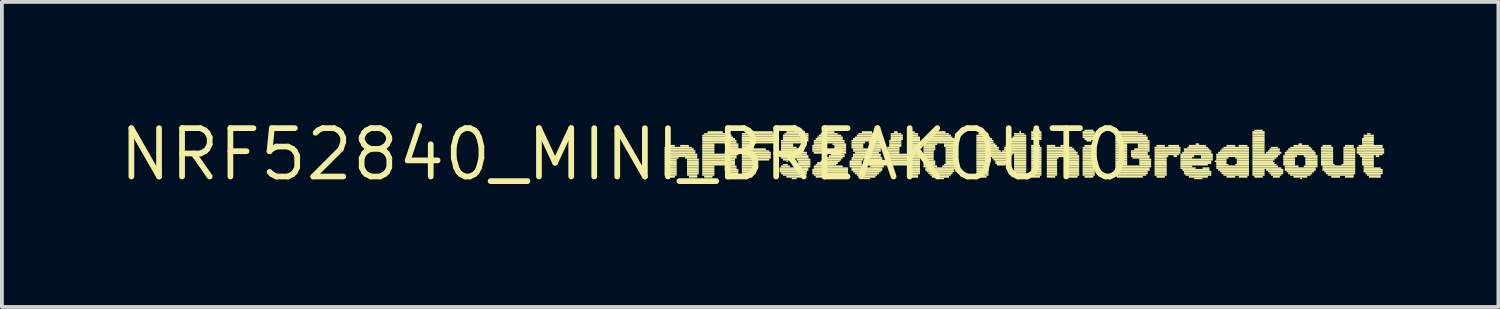
<source format=kicad_pcb>
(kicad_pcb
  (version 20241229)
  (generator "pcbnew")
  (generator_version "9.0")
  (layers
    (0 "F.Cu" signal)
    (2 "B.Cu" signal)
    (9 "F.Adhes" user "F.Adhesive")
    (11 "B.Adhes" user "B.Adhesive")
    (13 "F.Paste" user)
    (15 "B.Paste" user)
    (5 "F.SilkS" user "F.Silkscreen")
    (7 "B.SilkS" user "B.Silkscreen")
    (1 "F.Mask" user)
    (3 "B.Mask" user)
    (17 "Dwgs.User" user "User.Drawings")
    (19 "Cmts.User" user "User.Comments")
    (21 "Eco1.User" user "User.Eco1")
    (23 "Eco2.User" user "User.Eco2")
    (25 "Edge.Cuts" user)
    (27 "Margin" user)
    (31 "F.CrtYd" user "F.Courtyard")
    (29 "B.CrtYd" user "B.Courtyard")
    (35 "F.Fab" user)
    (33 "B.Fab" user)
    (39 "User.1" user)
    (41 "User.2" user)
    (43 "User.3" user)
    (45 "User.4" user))
  (footprint "NRF52840_MINI_BREAKOUT0"
    (layer "F.Cu")
    (at 13.373 1.006)
    (property "Reference" "NRF52840_MINI_BREAKOUT0" (at 0 0 0) (layer "F.SilkS") (effects (font (size 1.27 1.27) (thickness 0.15))))
    (fp_poly (pts (xy 1.03 -0.16) (xy 1.75 -0.16) (xy 1.75 -0.2) (xy 1.03 -0.2)) (stroke (width 0) (type solid)) (fill yes) (layer "F.SilkS"))
    (fp_poly (pts (xy 1.03 -0.11) (xy 1.8 -0.11) (xy 1.8 -0.16) (xy 1.03 -0.16)) (stroke (width 0) (type solid)) (fill yes) (layer "F.SilkS"))
    (fp_poly (pts (xy 1.03 -0.07) (xy 1.84 -0.07) (xy 1.84 -0.11) (xy 1.03 -0.11)) (stroke (width 0) (type solid)) (fill yes) (layer "F.SilkS"))
    (fp_poly (pts (xy 1.03 -0.02) (xy 1.84 -0.02) (xy 1.84 -0.07) (xy 1.03 -0.07)) (stroke (width 0) (type solid)) (fill yes) (layer "F.SilkS"))
    (fp_poly (pts (xy 1.03 0.02) (xy 1.89 0.02) (xy 1.89 -0.02) (xy 1.03 -0.02)) (stroke (width 0) (type solid)) (fill yes) (layer "F.SilkS"))
    (fp_poly (pts (xy 1.03 0.07) (xy 1.89 0.07) (xy 1.89 0.02) (xy 1.03 0.02)) (stroke (width 0) (type solid)) (fill yes) (layer "F.SilkS"))
    (fp_poly (pts (xy 1.03 0.11) (xy 1.4 0.11) (xy 1.4 0.07) (xy 1.03 0.07)) (stroke (width 0) (type solid)) (fill yes) (layer "F.SilkS"))
    (fp_poly (pts (xy 1.03 0.16) (xy 1.35 0.16) (xy 1.35 0.11) (xy 1.03 0.11)) (stroke (width 0) (type solid)) (fill yes) (layer "F.SilkS"))
    (fp_poly (pts (xy 1.03 0.2) (xy 1.35 0.2) (xy 1.35 0.16) (xy 1.03 0.16)) (stroke (width 0) (type solid)) (fill yes) (layer "F.SilkS"))
    (fp_poly (pts (xy 1.03 0.25) (xy 1.35 0.25) (xy 1.35 0.2) (xy 1.03 0.2)) (stroke (width 0) (type solid)) (fill yes) (layer "F.SilkS"))
    (fp_poly (pts (xy 1.03 0.29) (xy 1.35 0.29) (xy 1.35 0.25) (xy 1.03 0.25)) (stroke (width 0) (type solid)) (fill yes) (layer "F.SilkS"))
    (fp_poly (pts (xy 1.03 0.34) (xy 1.35 0.34) (xy 1.35 0.29) (xy 1.03 0.29)) (stroke (width 0) (type solid)) (fill yes) (layer "F.SilkS"))
    (fp_poly (pts (xy 1.03 0.38) (xy 1.35 0.38) (xy 1.35 0.34) (xy 1.03 0.34)) (stroke (width 0) (type solid)) (fill yes) (layer "F.SilkS"))
    (fp_poly (pts (xy 1.03 0.43) (xy 1.35 0.43) (xy 1.35 0.38) (xy 1.03 0.38)) (stroke (width 0) (type solid)) (fill yes) (layer "F.SilkS"))
    (fp_poly (pts (xy 1.03 0.47) (xy 1.35 0.47) (xy 1.35 0.43) (xy 1.03 0.43)) (stroke (width 0) (type solid)) (fill yes) (layer "F.SilkS"))
    (fp_poly (pts (xy 1.03 0.52) (xy 1.35 0.52) (xy 1.35 0.47) (xy 1.03 0.47)) (stroke (width 0) (type solid)) (fill yes) (layer "F.SilkS"))
    (fp_poly (pts (xy 1.03 0.56) (xy 1.35 0.56) (xy 1.35 0.52) (xy 1.03 0.52)) (stroke (width 0) (type solid)) (fill yes) (layer "F.SilkS"))
    (fp_poly (pts (xy 1.08 -0.2) (xy 1.3 -0.2) (xy 1.3 -0.25) (xy 1.08 -0.25)) (stroke (width 0) (type solid)) (fill yes) (layer "F.SilkS"))
    (fp_poly (pts (xy 1.08 0.61) (xy 1.3 0.61) (xy 1.3 0.56) (xy 1.08 0.56)) (stroke (width 0) (type solid)) (fill yes) (layer "F.SilkS"))
    (fp_poly (pts (xy 1.44 -0.2) (xy 1.67 -0.2) (xy 1.67 -0.25) (xy 1.44 -0.25)) (stroke (width 0) (type solid)) (fill yes) (layer "F.SilkS"))
    (fp_poly (pts (xy 1.57 0.11) (xy 1.89 0.11) (xy 1.89 0.07) (xy 1.57 0.07)) (stroke (width 0) (type solid)) (fill yes) (layer "F.SilkS"))
    (fp_poly (pts (xy 1.62 0.16) (xy 1.93 0.16) (xy 1.93 0.11) (xy 1.62 0.11)) (stroke (width 0) (type solid)) (fill yes) (layer "F.SilkS"))
    (fp_poly (pts (xy 1.62 0.2) (xy 1.93 0.2) (xy 1.93 0.16) (xy 1.62 0.16)) (stroke (width 0) (type solid)) (fill yes) (layer "F.SilkS"))
    (fp_poly (pts (xy 1.62 0.25) (xy 1.93 0.25) (xy 1.93 0.2) (xy 1.62 0.2)) (stroke (width 0) (type solid)) (fill yes) (layer "F.SilkS"))
    (fp_poly (pts (xy 1.62 0.29) (xy 1.93 0.29) (xy 1.93 0.25) (xy 1.62 0.25)) (stroke (width 0) (type solid)) (fill yes) (layer "F.SilkS"))
    (fp_poly (pts (xy 1.62 0.34) (xy 1.93 0.34) (xy 1.93 0.29) (xy 1.62 0.29)) (stroke (width 0) (type solid)) (fill yes) (layer "F.SilkS"))
    (fp_poly (pts (xy 1.62 0.38) (xy 1.93 0.38) (xy 1.93 0.34) (xy 1.62 0.34)) (stroke (width 0) (type solid)) (fill yes) (layer "F.SilkS"))
    (fp_poly (pts (xy 1.62 0.43) (xy 1.93 0.43) (xy 1.93 0.38) (xy 1.62 0.38)) (stroke (width 0) (type solid)) (fill yes) (layer "F.SilkS"))
    (fp_poly (pts (xy 1.62 0.47) (xy 1.93 0.47) (xy 1.93 0.43) (xy 1.62 0.43)) (stroke (width 0) (type solid)) (fill yes) (layer "F.SilkS"))
    (fp_poly (pts (xy 1.62 0.52) (xy 1.93 0.52) (xy 1.93 0.47) (xy 1.62 0.47)) (stroke (width 0) (type solid)) (fill yes) (layer "F.SilkS"))
    (fp_poly (pts (xy 1.62 0.56) (xy 1.89 0.56) (xy 1.89 0.52) (xy 1.62 0.52)) (stroke (width 0) (type solid)) (fill yes) (layer "F.SilkS"))
    (fp_poly (pts (xy 1.67 0.61) (xy 1.89 0.61) (xy 1.89 0.56) (xy 1.67 0.56)) (stroke (width 0) (type solid)) (fill yes) (layer "F.SilkS"))
    (fp_poly (pts (xy 2.02 -0.47) (xy 2.79 -0.47) (xy 2.79 -0.52) (xy 2.02 -0.52)) (stroke (width 0) (type solid)) (fill yes) (layer "F.SilkS"))
    (fp_poly (pts (xy 2.02 -0.43) (xy 2.83 -0.43) (xy 2.83 -0.47) (xy 2.02 -0.47)) (stroke (width 0) (type solid)) (fill yes) (layer "F.SilkS"))
    (fp_poly (pts (xy 2.02 -0.38) (xy 2.88 -0.38) (xy 2.88 -0.43) (xy 2.02 -0.43)) (stroke (width 0) (type solid)) (fill yes) (layer "F.SilkS"))
    (fp_poly (pts (xy 2.02 -0.34) (xy 2.92 -0.34) (xy 2.92 -0.38) (xy 2.02 -0.38)) (stroke (width 0) (type solid)) (fill yes) (layer "F.SilkS"))
    (fp_poly (pts (xy 2.02 -0.29) (xy 2.92 -0.29) (xy 2.92 -0.34) (xy 2.02 -0.34)) (stroke (width 0) (type solid)) (fill yes) (layer "F.SilkS"))
    (fp_poly (pts (xy 2.02 -0.25) (xy 2.34 -0.25) (xy 2.34 -0.29) (xy 2.02 -0.29)) (stroke (width 0) (type solid)) (fill yes) (layer "F.SilkS"))
    (fp_poly (pts (xy 2.02 -0.2) (xy 2.34 -0.2) (xy 2.34 -0.25) (xy 2.02 -0.25)) (stroke (width 0) (type solid)) (fill yes) (layer "F.SilkS"))
    (fp_poly (pts (xy 2.02 -0.16) (xy 2.34 -0.16) (xy 2.34 -0.2) (xy 2.02 -0.2)) (stroke (width 0) (type solid)) (fill yes) (layer "F.SilkS"))
    (fp_poly (pts (xy 2.02 -0.11) (xy 2.34 -0.11) (xy 2.34 -0.16) (xy 2.02 -0.16)) (stroke (width 0) (type solid)) (fill yes) (layer "F.SilkS"))
    (fp_poly (pts (xy 2.02 -0.07) (xy 2.34 -0.07) (xy 2.34 -0.11) (xy 2.02 -0.11)) (stroke (width 0) (type solid)) (fill yes) (layer "F.SilkS"))
    (fp_poly (pts (xy 2.02 -0.02) (xy 2.34 -0.02) (xy 2.34 -0.07) (xy 2.02 -0.07)) (stroke (width 0) (type solid)) (fill yes) (layer "F.SilkS"))
    (fp_poly (pts (xy 2.02 0.02) (xy 2.97 0.02) (xy 2.97 -0.02) (xy 2.02 -0.02)) (stroke (width 0) (type solid)) (fill yes) (layer "F.SilkS"))
    (fp_poly (pts (xy 2.02 0.07) (xy 2.92 0.07) (xy 2.92 0.02) (xy 2.02 0.02)) (stroke (width 0) (type solid)) (fill yes) (layer "F.SilkS"))
    (fp_poly (pts (xy 2.02 0.11) (xy 2.92 0.11) (xy 2.92 0.07) (xy 2.02 0.07)) (stroke (width 0) (type solid)) (fill yes) (layer "F.SilkS"))
    (fp_poly (pts (xy 2.02 0.16) (xy 2.88 0.16) (xy 2.88 0.11) (xy 2.02 0.11)) (stroke (width 0) (type solid)) (fill yes) (layer "F.SilkS"))
    (fp_poly (pts (xy 2.02 0.2) (xy 2.88 0.2) (xy 2.88 0.16) (xy 2.02 0.16)) (stroke (width 0) (type solid)) (fill yes) (layer "F.SilkS"))
    (fp_poly (pts (xy 2.02 0.25) (xy 2.88 0.25) (xy 2.88 0.2) (xy 2.02 0.2)) (stroke (width 0) (type solid)) (fill yes) (layer "F.SilkS"))
    (fp_poly (pts (xy 2.02 0.29) (xy 2.88 0.29) (xy 2.88 0.25) (xy 2.02 0.25)) (stroke (width 0) (type solid)) (fill yes) (layer "F.SilkS"))
    (fp_poly (pts (xy 2.02 0.34) (xy 2.34 0.34) (xy 2.34 0.29) (xy 2.02 0.29)) (stroke (width 0) (type solid)) (fill yes) (layer "F.SilkS"))
    (fp_poly (pts (xy 2.02 0.38) (xy 2.34 0.38) (xy 2.34 0.34) (xy 2.02 0.34)) (stroke (width 0) (type solid)) (fill yes) (layer "F.SilkS"))
    (fp_poly (pts (xy 2.02 0.43) (xy 2.34 0.43) (xy 2.34 0.38) (xy 2.02 0.38)) (stroke (width 0) (type solid)) (fill yes) (layer "F.SilkS"))
    (fp_poly (pts (xy 2.02 0.47) (xy 2.34 0.47) (xy 2.34 0.43) (xy 2.02 0.43)) (stroke (width 0) (type solid)) (fill yes) (layer "F.SilkS"))
    (fp_poly (pts (xy 2.02 0.52) (xy 2.34 0.52) (xy 2.34 0.47) (xy 2.02 0.47)) (stroke (width 0) (type solid)) (fill yes) (layer "F.SilkS"))
    (fp_poly (pts (xy 2.02 0.56) (xy 2.34 0.56) (xy 2.34 0.52) (xy 2.02 0.52)) (stroke (width 0) (type solid)) (fill yes) (layer "F.SilkS"))
    (fp_poly (pts (xy 2.07 -0.52) (xy 2.75 -0.52) (xy 2.75 -0.56) (xy 2.07 -0.56)) (stroke (width 0) (type solid)) (fill yes) (layer "F.SilkS"))
    (fp_poly (pts (xy 2.07 0.61) (xy 2.29 0.61) (xy 2.29 0.56) (xy 2.07 0.56)) (stroke (width 0) (type solid)) (fill yes) (layer "F.SilkS"))
    (fp_poly (pts (xy 2.16 -0.56) (xy 2.56 -0.56) (xy 2.56 -0.61) (xy 2.16 -0.61)) (stroke (width 0) (type solid)) (fill yes) (layer "F.SilkS"))
    (fp_poly (pts (xy 2.61 -0.25) (xy 2.97 -0.25) (xy 2.97 -0.29) (xy 2.61 -0.29)) (stroke (width 0) (type solid)) (fill yes) (layer "F.SilkS"))
    (fp_poly (pts (xy 2.61 -0.02) (xy 2.97 -0.02) (xy 2.97 -0.07) (xy 2.61 -0.07)) (stroke (width 0) (type solid)) (fill yes) (layer "F.SilkS"))
    (fp_poly (pts (xy 2.61 0.34) (xy 2.92 0.34) (xy 2.92 0.29) (xy 2.61 0.29)) (stroke (width 0) (type solid)) (fill yes) (layer "F.SilkS"))
    (fp_poly (pts (xy 2.61 0.38) (xy 2.92 0.38) (xy 2.92 0.34) (xy 2.61 0.34)) (stroke (width 0) (type solid)) (fill yes) (layer "F.SilkS"))
    (fp_poly (pts (xy 2.61 0.43) (xy 2.97 0.43) (xy 2.97 0.38) (xy 2.61 0.38)) (stroke (width 0) (type solid)) (fill yes) (layer "F.SilkS"))
    (fp_poly (pts (xy 2.65 -0.2) (xy 2.97 -0.2) (xy 2.97 -0.25) (xy 2.65 -0.25)) (stroke (width 0) (type solid)) (fill yes) (layer "F.SilkS"))
    (fp_poly (pts (xy 2.65 -0.16) (xy 2.97 -0.16) (xy 2.97 -0.2) (xy 2.65 -0.2)) (stroke (width 0) (type solid)) (fill yes) (layer "F.SilkS"))
    (fp_poly (pts (xy 2.65 -0.11) (xy 2.97 -0.11) (xy 2.97 -0.16) (xy 2.65 -0.16)) (stroke (width 0) (type solid)) (fill yes) (layer "F.SilkS"))
    (fp_poly (pts (xy 2.65 -0.07) (xy 2.97 -0.07) (xy 2.97 -0.11) (xy 2.65 -0.11)) (stroke (width 0) (type solid)) (fill yes) (layer "F.SilkS"))
    (fp_poly (pts (xy 2.65 0.47) (xy 2.97 0.47) (xy 2.97 0.43) (xy 2.65 0.43)) (stroke (width 0) (type solid)) (fill yes) (layer "F.SilkS"))
    (fp_poly (pts (xy 2.65 0.52) (xy 2.97 0.52) (xy 2.97 0.47) (xy 2.65 0.47)) (stroke (width 0) (type solid)) (fill yes) (layer "F.SilkS"))
    (fp_poly (pts (xy 2.7 0.56) (xy 2.97 0.56) (xy 2.97 0.52) (xy 2.7 0.52)) (stroke (width 0) (type solid)) (fill yes) (layer "F.SilkS"))
    (fp_poly (pts (xy 2.7 0.61) (xy 2.92 0.61) (xy 2.92 0.56) (xy 2.7 0.56)) (stroke (width 0) (type solid)) (fill yes) (layer "F.SilkS"))
    (fp_poly (pts (xy 3.06 -0.52) (xy 3.96 -0.52) (xy 3.96 -0.56) (xy 3.06 -0.56)) (stroke (width 0) (type solid)) (fill yes) (layer "F.SilkS"))
    (fp_poly (pts (xy 3.06 -0.47) (xy 4 -0.47) (xy 4 -0.52) (xy 3.06 -0.52)) (stroke (width 0) (type solid)) (fill yes) (layer "F.SilkS"))
    (fp_poly (pts (xy 3.06 -0.43) (xy 4 -0.43) (xy 4 -0.47) (xy 3.06 -0.47)) (stroke (width 0) (type solid)) (fill yes) (layer "F.SilkS"))
    (fp_poly (pts (xy 3.06 -0.38) (xy 4 -0.38) (xy 4 -0.43) (xy 3.06 -0.43)) (stroke (width 0) (type solid)) (fill yes) (layer "F.SilkS"))
    (fp_poly (pts (xy 3.06 -0.34) (xy 4 -0.34) (xy 4 -0.38) (xy 3.06 -0.38)) (stroke (width 0) (type solid)) (fill yes) (layer "F.SilkS"))
    (fp_poly (pts (xy 3.06 -0.29) (xy 3.96 -0.29) (xy 3.96 -0.34) (xy 3.06 -0.34)) (stroke (width 0) (type solid)) (fill yes) (layer "F.SilkS"))
    (fp_poly (pts (xy 3.06 -0.25) (xy 3.38 -0.25) (xy 3.38 -0.29) (xy 3.06 -0.29)) (stroke (width 0) (type solid)) (fill yes) (layer "F.SilkS"))
    (fp_poly (pts (xy 3.06 -0.2) (xy 3.38 -0.2) (xy 3.38 -0.25) (xy 3.06 -0.25)) (stroke (width 0) (type solid)) (fill yes) (layer "F.SilkS"))
    (fp_poly (pts (xy 3.06 -0.16) (xy 3.38 -0.16) (xy 3.38 -0.2) (xy 3.06 -0.2)) (stroke (width 0) (type solid)) (fill yes) (layer "F.SilkS"))
    (fp_poly (pts (xy 3.06 -0.11) (xy 3.69 -0.11) (xy 3.69 -0.16) (xy 3.06 -0.16)) (stroke (width 0) (type solid)) (fill yes) (layer "F.SilkS"))
    (fp_poly (pts (xy 3.06 -0.07) (xy 3.78 -0.07) (xy 3.78 -0.11) (xy 3.06 -0.11)) (stroke (width 0) (type solid)) (fill yes) (layer "F.SilkS"))
    (fp_poly (pts (xy 3.06 -0.02) (xy 3.82 -0.02) (xy 3.82 -0.07) (xy 3.06 -0.07)) (stroke (width 0) (type solid)) (fill yes) (layer "F.SilkS"))
    (fp_poly (pts (xy 3.06 0.02) (xy 3.82 0.02) (xy 3.82 -0.02) (xy 3.06 -0.02)) (stroke (width 0) (type solid)) (fill yes) (layer "F.SilkS"))
    (fp_poly (pts (xy 3.06 0.07) (xy 3.82 0.07) (xy 3.82 0.02) (xy 3.06 0.02)) (stroke (width 0) (type solid)) (fill yes) (layer "F.SilkS"))
    (fp_poly (pts (xy 3.06 0.11) (xy 3.82 0.11) (xy 3.82 0.07) (xy 3.06 0.07)) (stroke (width 0) (type solid)) (fill yes) (layer "F.SilkS"))
    (fp_poly (pts (xy 3.06 0.16) (xy 3.78 0.16) (xy 3.78 0.11) (xy 3.06 0.11)) (stroke (width 0) (type solid)) (fill yes) (layer "F.SilkS"))
    (fp_poly (pts (xy 3.06 0.2) (xy 3.38 0.2) (xy 3.38 0.16) (xy 3.06 0.16)) (stroke (width 0) (type solid)) (fill yes) (layer "F.SilkS"))
    (fp_poly (pts (xy 3.06 0.25) (xy 3.38 0.25) (xy 3.38 0.2) (xy 3.06 0.2)) (stroke (width 0) (type solid)) (fill yes) (layer "F.SilkS"))
    (fp_poly (pts (xy 3.06 0.29) (xy 3.38 0.29) (xy 3.38 0.25) (xy 3.06 0.25)) (stroke (width 0) (type solid)) (fill yes) (layer "F.SilkS"))
    (fp_poly (pts (xy 3.06 0.34) (xy 3.38 0.34) (xy 3.38 0.29) (xy 3.06 0.29)) (stroke (width 0) (type solid)) (fill yes) (layer "F.SilkS"))
    (fp_poly (pts (xy 3.06 0.38) (xy 3.38 0.38) (xy 3.38 0.34) (xy 3.06 0.34)) (stroke (width 0) (type solid)) (fill yes) (layer "F.SilkS"))
    (fp_poly (pts (xy 3.06 0.43) (xy 3.38 0.43) (xy 3.38 0.38) (xy 3.06 0.38)) (stroke (width 0) (type solid)) (fill yes) (layer "F.SilkS"))
    (fp_poly (pts (xy 3.06 0.47) (xy 3.38 0.47) (xy 3.38 0.43) (xy 3.06 0.43)) (stroke (width 0) (type solid)) (fill yes) (layer "F.SilkS"))
    (fp_poly (pts (xy 3.06 0.52) (xy 3.38 0.52) (xy 3.38 0.47) (xy 3.06 0.47)) (stroke (width 0) (type solid)) (fill yes) (layer "F.SilkS"))
    (fp_poly (pts (xy 3.06 0.56) (xy 3.33 0.56) (xy 3.33 0.52) (xy 3.06 0.52)) (stroke (width 0) (type solid)) (fill yes) (layer "F.SilkS"))
    (fp_poly (pts (xy 3.1 0.61) (xy 3.33 0.61) (xy 3.33 0.56) (xy 3.1 0.56)) (stroke (width 0) (type solid)) (fill yes) (layer "F.SilkS"))
    (fp_poly (pts (xy 3.15 -0.56) (xy 3.87 -0.56) (xy 3.87 -0.61) (xy 3.15 -0.61)) (stroke (width 0) (type solid)) (fill yes) (layer "F.SilkS"))
    (fp_poly (pts (xy 4.05 0.02) (xy 4.77 0.02) (xy 4.77 -0.02) (xy 4.05 -0.02)) (stroke (width 0) (type solid)) (fill yes) (layer "F.SilkS"))
    (fp_poly (pts (xy 4.05 0.07) (xy 4.81 0.07) (xy 4.81 0.02) (xy 4.05 0.02)) (stroke (width 0) (type solid)) (fill yes) (layer "F.SilkS"))
    (fp_poly (pts (xy 4.05 0.38) (xy 4.81 0.38) (xy 4.81 0.34) (xy 4.05 0.34)) (stroke (width 0) (type solid)) (fill yes) (layer "F.SilkS"))
    (fp_poly (pts (xy 4.05 0.43) (xy 4.81 0.43) (xy 4.81 0.38) (xy 4.05 0.38)) (stroke (width 0) (type solid)) (fill yes) (layer "F.SilkS"))
    (fp_poly (pts (xy 4.05 0.47) (xy 4.77 0.47) (xy 4.77 0.43) (xy 4.05 0.43)) (stroke (width 0) (type solid)) (fill yes) (layer "F.SilkS"))
    (fp_poly (pts (xy 4.09 -0.34) (xy 4.81 -0.34) (xy 4.81 -0.38) (xy 4.09 -0.38)) (stroke (width 0) (type solid)) (fill yes) (layer "F.SilkS"))
    (fp_poly (pts (xy 4.09 -0.29) (xy 4.77 -0.29) (xy 4.77 -0.34) (xy 4.09 -0.34)) (stroke (width 0) (type solid)) (fill yes) (layer "F.SilkS"))
    (fp_poly (pts (xy 4.09 -0.25) (xy 4.41 -0.25) (xy 4.41 -0.29) (xy 4.09 -0.29)) (stroke (width 0) (type solid)) (fill yes) (layer "F.SilkS"))
    (fp_poly (pts (xy 4.09 -0.2) (xy 4.41 -0.2) (xy 4.41 -0.25) (xy 4.09 -0.25)) (stroke (width 0) (type solid)) (fill yes) (layer "F.SilkS"))
    (fp_poly (pts (xy 4.09 -0.16) (xy 4.5 -0.16) (xy 4.5 -0.2) (xy 4.09 -0.2)) (stroke (width 0) (type solid)) (fill yes) (layer "F.SilkS"))
    (fp_poly (pts (xy 4.09 -0.11) (xy 4.63 -0.11) (xy 4.63 -0.16) (xy 4.09 -0.16)) (stroke (width 0) (type solid)) (fill yes) (layer "F.SilkS"))
    (fp_poly (pts (xy 4.09 -0.07) (xy 4.68 -0.07) (xy 4.68 -0.11) (xy 4.09 -0.11)) (stroke (width 0) (type solid)) (fill yes) (layer "F.SilkS"))
    (fp_poly (pts (xy 4.09 -0.02) (xy 4.77 -0.02) (xy 4.77 -0.07) (xy 4.09 -0.07)) (stroke (width 0) (type solid)) (fill yes) (layer "F.SilkS"))
    (fp_poly (pts (xy 4.09 0.11) (xy 4.81 0.11) (xy 4.81 0.07) (xy 4.09 0.07)) (stroke (width 0) (type solid)) (fill yes) (layer "F.SilkS"))
    (fp_poly (pts (xy 4.09 0.34) (xy 4.32 0.34) (xy 4.32 0.29) (xy 4.09 0.29)) (stroke (width 0) (type solid)) (fill yes) (layer "F.SilkS"))
    (fp_poly (pts (xy 4.09 0.52) (xy 4.77 0.52) (xy 4.77 0.47) (xy 4.09 0.47)) (stroke (width 0) (type solid)) (fill yes) (layer "F.SilkS"))
    (fp_poly (pts (xy 4.14 -0.47) (xy 4.81 -0.47) (xy 4.81 -0.52) (xy 4.14 -0.52)) (stroke (width 0) (type solid)) (fill yes) (layer "F.SilkS"))
    (fp_poly (pts (xy 4.14 -0.43) (xy 4.81 -0.43) (xy 4.81 -0.47) (xy 4.14 -0.47)) (stroke (width 0) (type solid)) (fill yes) (layer "F.SilkS"))
    (fp_poly (pts (xy 4.14 -0.38) (xy 4.81 -0.38) (xy 4.81 -0.43) (xy 4.14 -0.43)) (stroke (width 0) (type solid)) (fill yes) (layer "F.SilkS"))
    (fp_poly (pts (xy 4.14 0.16) (xy 4.37 0.16) (xy 4.37 0.11) (xy 4.14 0.11)) (stroke (width 0) (type solid)) (fill yes) (layer "F.SilkS"))
    (fp_poly (pts (xy 4.14 0.29) (xy 4.27 0.29) (xy 4.27 0.25) (xy 4.14 0.25)) (stroke (width 0) (type solid)) (fill yes) (layer "F.SilkS"))
    (fp_poly (pts (xy 4.14 0.56) (xy 4.72 0.56) (xy 4.72 0.52) (xy 4.14 0.52)) (stroke (width 0) (type solid)) (fill yes) (layer "F.SilkS"))
    (fp_poly (pts (xy 4.18 -0.52) (xy 4.81 -0.52) (xy 4.81 -0.56) (xy 4.18 -0.56)) (stroke (width 0) (type solid)) (fill yes) (layer "F.SilkS"))
    (fp_poly (pts (xy 4.23 -0.56) (xy 4.72 -0.56) (xy 4.72 -0.61) (xy 4.23 -0.61)) (stroke (width 0) (type solid)) (fill yes) (layer "F.SilkS"))
    (fp_poly (pts (xy 4.23 0.2) (xy 4.27 0.2) (xy 4.27 0.16) (xy 4.23 0.16)) (stroke (width 0) (type solid)) (fill yes) (layer "F.SilkS"))
    (fp_poly (pts (xy 4.23 0.61) (xy 4.63 0.61) (xy 4.63 0.56) (xy 4.23 0.56)) (stroke (width 0) (type solid)) (fill yes) (layer "F.SilkS"))
    (fp_poly (pts (xy 4.37 0.65) (xy 4.5 0.65) (xy 4.5 0.61) (xy 4.37 0.61)) (stroke (width 0) (type solid)) (fill yes) (layer "F.SilkS"))
    (fp_poly (pts (xy 4.5 0.16) (xy 4.86 0.16) (xy 4.86 0.11) (xy 4.5 0.11)) (stroke (width 0) (type solid)) (fill yes) (layer "F.SilkS"))
    (fp_poly (pts (xy 4.5 0.34) (xy 4.86 0.34) (xy 4.86 0.29) (xy 4.5 0.29)) (stroke (width 0) (type solid)) (fill yes) (layer "F.SilkS"))
    (fp_poly (pts (xy 4.54 0.2) (xy 4.86 0.2) (xy 4.86 0.16) (xy 4.54 0.16)) (stroke (width 0) (type solid)) (fill yes) (layer "F.SilkS"))
    (fp_poly (pts (xy 4.54 0.25) (xy 4.86 0.25) (xy 4.86 0.2) (xy 4.54 0.2)) (stroke (width 0) (type solid)) (fill yes) (layer "F.SilkS"))
    (fp_poly (pts (xy 4.54 0.29) (xy 4.86 0.29) (xy 4.86 0.25) (xy 4.54 0.25)) (stroke (width 0) (type solid)) (fill yes) (layer "F.SilkS"))
    (fp_poly (pts (xy 4.91 -0.2) (xy 5.22 -0.2) (xy 5.22 -0.25) (xy 4.91 -0.25)) (stroke (width 0) (type solid)) (fill yes) (layer "F.SilkS"))
    (fp_poly (pts (xy 4.91 -0.16) (xy 5.22 -0.16) (xy 5.22 -0.2) (xy 4.91 -0.2)) (stroke (width 0) (type solid)) (fill yes) (layer "F.SilkS"))
    (fp_poly (pts (xy 4.91 -0.11) (xy 5.22 -0.11) (xy 5.22 -0.16) (xy 4.91 -0.16)) (stroke (width 0) (type solid)) (fill yes) (layer "F.SilkS"))
    (fp_poly (pts (xy 4.91 -0.07) (xy 5.22 -0.07) (xy 5.22 -0.11) (xy 4.91 -0.11)) (stroke (width 0) (type solid)) (fill yes) (layer "F.SilkS"))
    (fp_poly (pts (xy 4.91 0.43) (xy 5.85 0.43) (xy 5.85 0.38) (xy 4.91 0.38)) (stroke (width 0) (type solid)) (fill yes) (layer "F.SilkS"))
    (fp_poly (pts (xy 4.91 0.47) (xy 5.85 0.47) (xy 5.85 0.43) (xy 4.91 0.43)) (stroke (width 0) (type solid)) (fill yes) (layer "F.SilkS"))
    (fp_poly (pts (xy 4.91 0.52) (xy 5.85 0.52) (xy 5.85 0.47) (xy 4.91 0.47)) (stroke (width 0) (type solid)) (fill yes) (layer "F.SilkS"))
    (fp_poly (pts (xy 4.95 -0.34) (xy 5.76 -0.34) (xy 5.76 -0.38) (xy 4.95 -0.38)) (stroke (width 0) (type solid)) (fill yes) (layer "F.SilkS"))
    (fp_poly (pts (xy 4.95 -0.29) (xy 5.76 -0.29) (xy 5.76 -0.34) (xy 4.95 -0.34)) (stroke (width 0) (type solid)) (fill yes) (layer "F.SilkS"))
    (fp_poly (pts (xy 4.95 -0.25) (xy 5.26 -0.25) (xy 5.26 -0.29) (xy 4.95 -0.29)) (stroke (width 0) (type solid)) (fill yes) (layer "F.SilkS"))
    (fp_poly (pts (xy 4.95 -0.02) (xy 5.17 -0.02) (xy 5.17 -0.07) (xy 4.95 -0.07)) (stroke (width 0) (type solid)) (fill yes) (layer "F.SilkS"))
    (fp_poly (pts (xy 4.95 0.34) (xy 5.71 0.34) (xy 5.71 0.29) (xy 4.95 0.29)) (stroke (width 0) (type solid)) (fill yes) (layer "F.SilkS"))
    (fp_poly (pts (xy 4.95 0.38) (xy 5.85 0.38) (xy 5.85 0.34) (xy 4.95 0.34)) (stroke (width 0) (type solid)) (fill yes) (layer "F.SilkS"))
    (fp_poly (pts (xy 4.95 0.56) (xy 5.85 0.56) (xy 5.85 0.52) (xy 4.95 0.52)) (stroke (width 0) (type solid)) (fill yes) (layer "F.SilkS"))
    (fp_poly (pts (xy 5 -0.38) (xy 5.71 -0.38) (xy 5.71 -0.43) (xy 5 -0.43)) (stroke (width 0) (type solid)) (fill yes) (layer "F.SilkS"))
    (fp_poly (pts (xy 5 0.29) (xy 5.54 0.29) (xy 5.54 0.25) (xy 5 0.25)) (stroke (width 0) (type solid)) (fill yes) (layer "F.SilkS"))
    (fp_poly (pts (xy 5 0.61) (xy 5.8 0.61) (xy 5.8 0.56) (xy 5 0.56)) (stroke (width 0) (type solid)) (fill yes) (layer "F.SilkS"))
    (fp_poly (pts (xy 5.04 -0.43) (xy 5.71 -0.43) (xy 5.71 -0.47) (xy 5.04 -0.47)) (stroke (width 0) (type solid)) (fill yes) (layer "F.SilkS"))
    (fp_poly (pts (xy 5.04 0.25) (xy 5.58 0.25) (xy 5.58 0.2) (xy 5.04 0.2)) (stroke (width 0) (type solid)) (fill yes) (layer "F.SilkS"))
    (fp_poly (pts (xy 5.08 -0.47) (xy 5.67 -0.47) (xy 5.67 -0.52) (xy 5.08 -0.52)) (stroke (width 0) (type solid)) (fill yes) (layer "F.SilkS"))
    (fp_poly (pts (xy 5.13 -0.52) (xy 5.58 -0.52) (xy 5.58 -0.56) (xy 5.13 -0.56)) (stroke (width 0) (type solid)) (fill yes) (layer "F.SilkS"))
    (fp_poly (pts (xy 5.13 0.2) (xy 5.63 0.2) (xy 5.63 0.16) (xy 5.13 0.16)) (stroke (width 0) (type solid)) (fill yes) (layer "F.SilkS"))
    (fp_poly (pts (xy 5.17 0.16) (xy 5.67 0.16) (xy 5.67 0.11) (xy 5.17 0.11)) (stroke (width 0) (type solid)) (fill yes) (layer "F.SilkS"))
    (fp_poly (pts (xy 5.22 -0.56) (xy 5.49 -0.56) (xy 5.49 -0.61) (xy 5.22 -0.61)) (stroke (width 0) (type solid)) (fill yes) (layer "F.SilkS"))
    (fp_poly (pts (xy 5.26 0.11) (xy 5.71 0.11) (xy 5.71 0.07) (xy 5.26 0.07)) (stroke (width 0) (type solid)) (fill yes) (layer "F.SilkS"))
    (fp_poly (pts (xy 5.35 0.07) (xy 5.76 0.07) (xy 5.76 0.02) (xy 5.35 0.02)) (stroke (width 0) (type solid)) (fill yes) (layer "F.SilkS"))
    (fp_poly (pts (xy 5.4 0.02) (xy 5.76 0.02) (xy 5.76 -0.02) (xy 5.4 -0.02)) (stroke (width 0) (type solid)) (fill yes) (layer "F.SilkS"))
    (fp_poly (pts (xy 5.44 -0.25) (xy 5.8 -0.25) (xy 5.8 -0.29) (xy 5.44 -0.29)) (stroke (width 0) (type solid)) (fill yes) (layer "F.SilkS"))
    (fp_poly (pts (xy 5.44 -0.02) (xy 5.8 -0.02) (xy 5.8 -0.07) (xy 5.44 -0.07)) (stroke (width 0) (type solid)) (fill yes) (layer "F.SilkS"))
    (fp_poly (pts (xy 5.49 -0.2) (xy 5.8 -0.2) (xy 5.8 -0.25) (xy 5.49 -0.25)) (stroke (width 0) (type solid)) (fill yes) (layer "F.SilkS"))
    (fp_poly (pts (xy 5.49 -0.16) (xy 5.8 -0.16) (xy 5.8 -0.2) (xy 5.49 -0.2)) (stroke (width 0) (type solid)) (fill yes) (layer "F.SilkS"))
    (fp_poly (pts (xy 5.49 -0.11) (xy 5.8 -0.11) (xy 5.8 -0.16) (xy 5.49 -0.16)) (stroke (width 0) (type solid)) (fill yes) (layer "F.SilkS"))
    (fp_poly (pts (xy 5.49 -0.07) (xy 5.8 -0.07) (xy 5.8 -0.11) (xy 5.49 -0.11)) (stroke (width 0) (type solid)) (fill yes) (layer "F.SilkS"))
    (fp_poly (pts (xy 5.89 0.2) (xy 6.21 0.2) (xy 6.21 0.16) (xy 5.89 0.16)) (stroke (width 0) (type solid)) (fill yes) (layer "F.SilkS"))
    (fp_poly (pts (xy 5.89 0.25) (xy 6.21 0.25) (xy 6.21 0.2) (xy 5.89 0.2)) (stroke (width 0) (type solid)) (fill yes) (layer "F.SilkS"))
    (fp_poly (pts (xy 5.89 0.29) (xy 6.21 0.29) (xy 6.21 0.25) (xy 5.89 0.25)) (stroke (width 0) (type solid)) (fill yes) (layer "F.SilkS"))
    (fp_poly (pts (xy 5.89 0.34) (xy 6.25 0.34) (xy 6.25 0.29) (xy 5.89 0.29)) (stroke (width 0) (type solid)) (fill yes) (layer "F.SilkS"))
    (fp_poly (pts (xy 5.94 -0.34) (xy 6.71 -0.34) (xy 6.71 -0.38) (xy 5.94 -0.38)) (stroke (width 0) (type solid)) (fill yes) (layer "F.SilkS"))
    (fp_poly (pts (xy 5.94 -0.29) (xy 6.3 -0.29) (xy 6.3 -0.34) (xy 5.94 -0.34)) (stroke (width 0) (type solid)) (fill yes) (layer "F.SilkS"))
    (fp_poly (pts (xy 5.94 -0.25) (xy 6.25 -0.25) (xy 6.25 -0.29) (xy 5.94 -0.29)) (stroke (width 0) (type solid)) (fill yes) (layer "F.SilkS"))
    (fp_poly (pts (xy 5.94 -0.2) (xy 6.25 -0.2) (xy 6.25 -0.25) (xy 5.94 -0.25)) (stroke (width 0) (type solid)) (fill yes) (layer "F.SilkS"))
    (fp_poly (pts (xy 5.94 -0.16) (xy 6.25 -0.16) (xy 6.25 -0.2) (xy 5.94 -0.2)) (stroke (width 0) (type solid)) (fill yes) (layer "F.SilkS"))
    (fp_poly (pts (xy 5.94 0.11) (xy 6.75 0.11) (xy 6.75 0.07) (xy 5.94 0.07)) (stroke (width 0) (type solid)) (fill yes) (layer "F.SilkS"))
    (fp_poly (pts (xy 5.94 0.16) (xy 6.25 0.16) (xy 6.25 0.11) (xy 5.94 0.11)) (stroke (width 0) (type solid)) (fill yes) (layer "F.SilkS"))
    (fp_poly (pts (xy 5.94 0.38) (xy 6.75 0.38) (xy 6.75 0.34) (xy 5.94 0.34)) (stroke (width 0) (type solid)) (fill yes) (layer "F.SilkS"))
    (fp_poly (pts (xy 5.94 0.43) (xy 6.75 0.43) (xy 6.75 0.38) (xy 5.94 0.38)) (stroke (width 0) (type solid)) (fill yes) (layer "F.SilkS"))
    (fp_poly (pts (xy 5.98 -0.38) (xy 6.71 -0.38) (xy 6.71 -0.43) (xy 5.98 -0.43)) (stroke (width 0) (type solid)) (fill yes) (layer "F.SilkS"))
    (fp_poly (pts (xy 5.98 -0.11) (xy 6.71 -0.11) (xy 6.71 -0.16) (xy 5.98 -0.16)) (stroke (width 0) (type solid)) (fill yes) (layer "F.SilkS"))
    (fp_poly (pts (xy 5.98 -0.07) (xy 6.71 -0.07) (xy 6.71 -0.11) (xy 5.98 -0.11)) (stroke (width 0) (type solid)) (fill yes) (layer "F.SilkS"))
    (fp_poly (pts (xy 5.98 0.02) (xy 6.71 0.02) (xy 6.71 -0.02) (xy 5.98 -0.02)) (stroke (width 0) (type solid)) (fill yes) (layer "F.SilkS"))
    (fp_poly (pts (xy 5.98 0.07) (xy 6.71 0.07) (xy 6.71 0.02) (xy 5.98 0.02)) (stroke (width 0) (type solid)) (fill yes) (layer "F.SilkS"))
    (fp_poly (pts (xy 5.98 0.47) (xy 6.71 0.47) (xy 6.71 0.43) (xy 5.98 0.43)) (stroke (width 0) (type solid)) (fill yes) (layer "F.SilkS"))
    (fp_poly (pts (xy 6.03 -0.43) (xy 6.66 -0.43) (xy 6.66 -0.47) (xy 6.03 -0.47)) (stroke (width 0) (type solid)) (fill yes) (layer "F.SilkS"))
    (fp_poly (pts (xy 6.03 -0.02) (xy 6.66 -0.02) (xy 6.66 -0.07) (xy 6.03 -0.07)) (stroke (width 0) (type solid)) (fill yes) (layer "F.SilkS"))
    (fp_poly (pts (xy 6.03 0.52) (xy 6.66 0.52) (xy 6.66 0.47) (xy 6.03 0.47)) (stroke (width 0) (type solid)) (fill yes) (layer "F.SilkS"))
    (fp_poly (pts (xy 6.08 -0.47) (xy 6.61 -0.47) (xy 6.61 -0.52) (xy 6.08 -0.52)) (stroke (width 0) (type solid)) (fill yes) (layer "F.SilkS"))
    (fp_poly (pts (xy 6.08 0.56) (xy 6.61 0.56) (xy 6.61 0.52) (xy 6.08 0.52)) (stroke (width 0) (type solid)) (fill yes) (layer "F.SilkS"))
    (fp_poly (pts (xy 6.12 -0.52) (xy 6.57 -0.52) (xy 6.57 -0.56) (xy 6.12 -0.56)) (stroke (width 0) (type solid)) (fill yes) (layer "F.SilkS"))
    (fp_poly (pts (xy 6.12 0.61) (xy 6.57 0.61) (xy 6.57 0.56) (xy 6.12 0.56)) (stroke (width 0) (type solid)) (fill yes) (layer "F.SilkS"))
    (fp_poly (pts (xy 6.21 -0.56) (xy 6.48 -0.56) (xy 6.48 -0.61) (xy 6.21 -0.61)) (stroke (width 0) (type solid)) (fill yes) (layer "F.SilkS"))
    (fp_poly (pts (xy 6.25 0.65) (xy 6.43 0.65) (xy 6.43 0.61) (xy 6.25 0.61)) (stroke (width 0) (type solid)) (fill yes) (layer "F.SilkS"))
    (fp_poly (pts (xy 6.39 -0.29) (xy 6.75 -0.29) (xy 6.75 -0.34) (xy 6.39 -0.34)) (stroke (width 0) (type solid)) (fill yes) (layer "F.SilkS"))
    (fp_poly (pts (xy 6.43 -0.25) (xy 6.75 -0.25) (xy 6.75 -0.29) (xy 6.43 -0.29)) (stroke (width 0) (type solid)) (fill yes) (layer "F.SilkS"))
    (fp_poly (pts (xy 6.43 -0.2) (xy 6.75 -0.2) (xy 6.75 -0.25) (xy 6.43 -0.25)) (stroke (width 0) (type solid)) (fill yes) (layer "F.SilkS"))
    (fp_poly (pts (xy 6.43 -0.16) (xy 6.75 -0.16) (xy 6.75 -0.2) (xy 6.43 -0.2)) (stroke (width 0) (type solid)) (fill yes) (layer "F.SilkS"))
    (fp_poly (pts (xy 6.43 0.16) (xy 6.75 0.16) (xy 6.75 0.11) (xy 6.43 0.11)) (stroke (width 0) (type solid)) (fill yes) (layer "F.SilkS"))
    (fp_poly (pts (xy 6.43 0.34) (xy 6.79 0.34) (xy 6.79 0.29) (xy 6.43 0.29)) (stroke (width 0) (type solid)) (fill yes) (layer "F.SilkS"))
    (fp_poly (pts (xy 6.48 0.2) (xy 6.79 0.2) (xy 6.79 0.16) (xy 6.48 0.16)) (stroke (width 0) (type solid)) (fill yes) (layer "F.SilkS"))
    (fp_poly (pts (xy 6.48 0.25) (xy 6.79 0.25) (xy 6.79 0.2) (xy 6.48 0.2)) (stroke (width 0) (type solid)) (fill yes) (layer "F.SilkS"))
    (fp_poly (pts (xy 6.48 0.29) (xy 6.79 0.29) (xy 6.79 0.25) (xy 6.48 0.25)) (stroke (width 0) (type solid)) (fill yes) (layer "F.SilkS"))
    (fp_poly (pts (xy 6.84 0.02) (xy 7.74 0.02) (xy 7.74 -0.02) (xy 6.84 -0.02)) (stroke (width 0) (type solid)) (fill yes) (layer "F.SilkS"))
    (fp_poly (pts (xy 6.84 0.07) (xy 7.74 0.07) (xy 7.74 0.02) (xy 6.84 0.02)) (stroke (width 0) (type solid)) (fill yes) (layer "F.SilkS"))
    (fp_poly (pts (xy 6.84 0.11) (xy 7.74 0.11) (xy 7.74 0.07) (xy 6.84 0.07)) (stroke (width 0) (type solid)) (fill yes) (layer "F.SilkS"))
    (fp_poly (pts (xy 6.84 0.16) (xy 7.74 0.16) (xy 7.74 0.11) (xy 6.84 0.11)) (stroke (width 0) (type solid)) (fill yes) (layer "F.SilkS"))
    (fp_poly (pts (xy 6.84 0.2) (xy 7.74 0.2) (xy 7.74 0.16) (xy 6.84 0.16)) (stroke (width 0) (type solid)) (fill yes) (layer "F.SilkS"))
    (fp_poly (pts (xy 6.84 0.25) (xy 7.74 0.25) (xy 7.74 0.2) (xy 6.84 0.2)) (stroke (width 0) (type solid)) (fill yes) (layer "F.SilkS"))
    (fp_poly (pts (xy 6.88 -0.16) (xy 7.2 -0.16) (xy 7.2 -0.2) (xy 6.88 -0.2)) (stroke (width 0) (type solid)) (fill yes) (layer "F.SilkS"))
    (fp_poly (pts (xy 6.88 -0.11) (xy 7.2 -0.11) (xy 7.2 -0.16) (xy 6.88 -0.16)) (stroke (width 0) (type solid)) (fill yes) (layer "F.SilkS"))
    (fp_poly (pts (xy 6.88 -0.07) (xy 7.2 -0.07) (xy 7.2 -0.11) (xy 6.88 -0.11)) (stroke (width 0) (type solid)) (fill yes) (layer "F.SilkS"))
    (fp_poly (pts (xy 6.88 -0.02) (xy 7.2 -0.02) (xy 7.2 -0.07) (xy 6.88 -0.07)) (stroke (width 0) (type solid)) (fill yes) (layer "F.SilkS"))
    (fp_poly (pts (xy 6.93 -0.34) (xy 7.25 -0.34) (xy 7.25 -0.38) (xy 6.93 -0.38)) (stroke (width 0) (type solid)) (fill yes) (layer "F.SilkS"))
    (fp_poly (pts (xy 6.93 -0.29) (xy 7.25 -0.29) (xy 7.25 -0.34) (xy 6.93 -0.34)) (stroke (width 0) (type solid)) (fill yes) (layer "F.SilkS"))
    (fp_poly (pts (xy 6.93 -0.25) (xy 7.25 -0.25) (xy 7.25 -0.29) (xy 6.93 -0.29)) (stroke (width 0) (type solid)) (fill yes) (layer "F.SilkS"))
    (fp_poly (pts (xy 6.93 -0.2) (xy 7.25 -0.2) (xy 7.25 -0.25) (xy 6.93 -0.25)) (stroke (width 0) (type solid)) (fill yes) (layer "F.SilkS"))
    (fp_poly (pts (xy 6.97 -0.52) (xy 7.25 -0.52) (xy 7.25 -0.56) (xy 6.97 -0.56)) (stroke (width 0) (type solid)) (fill yes) (layer "F.SilkS"))
    (fp_poly (pts (xy 6.97 -0.47) (xy 7.29 -0.47) (xy 7.29 -0.52) (xy 6.97 -0.52)) (stroke (width 0) (type solid)) (fill yes) (layer "F.SilkS"))
    (fp_poly (pts (xy 6.97 -0.43) (xy 7.29 -0.43) (xy 7.29 -0.47) (xy 6.97 -0.47)) (stroke (width 0) (type solid)) (fill yes) (layer "F.SilkS"))
    (fp_poly (pts (xy 6.97 -0.38) (xy 7.29 -0.38) (xy 7.29 -0.43) (xy 6.97 -0.43)) (stroke (width 0) (type solid)) (fill yes) (layer "F.SilkS"))
    (fp_poly (pts (xy 6.97 0.29) (xy 7.74 0.29) (xy 7.74 0.25) (xy 6.97 0.25)) (stroke (width 0) (type solid)) (fill yes) (layer "F.SilkS"))
    (fp_poly (pts (xy 7.06 -0.56) (xy 7.15 -0.56) (xy 7.15 -0.61) (xy 7.06 -0.61)) (stroke (width 0) (type solid)) (fill yes) (layer "F.SilkS"))
    (fp_poly (pts (xy 7.42 -0.52) (xy 7.69 -0.52) (xy 7.69 -0.56) (xy 7.42 -0.56)) (stroke (width 0) (type solid)) (fill yes) (layer "F.SilkS"))
    (fp_poly (pts (xy 7.42 -0.47) (xy 7.69 -0.47) (xy 7.69 -0.52) (xy 7.42 -0.52)) (stroke (width 0) (type solid)) (fill yes) (layer "F.SilkS"))
    (fp_poly (pts (xy 7.42 -0.43) (xy 7.74 -0.43) (xy 7.74 -0.47) (xy 7.42 -0.47)) (stroke (width 0) (type solid)) (fill yes) (layer "F.SilkS"))
    (fp_poly (pts (xy 7.42 -0.38) (xy 7.74 -0.38) (xy 7.74 -0.43) (xy 7.42 -0.43)) (stroke (width 0) (type solid)) (fill yes) (layer "F.SilkS"))
    (fp_poly (pts (xy 7.42 -0.34) (xy 7.74 -0.34) (xy 7.74 -0.38) (xy 7.42 -0.38)) (stroke (width 0) (type solid)) (fill yes) (layer "F.SilkS"))
    (fp_poly (pts (xy 7.42 -0.29) (xy 7.74 -0.29) (xy 7.74 -0.34) (xy 7.42 -0.34)) (stroke (width 0) (type solid)) (fill yes) (layer "F.SilkS"))
    (fp_poly (pts (xy 7.42 -0.25) (xy 7.74 -0.25) (xy 7.74 -0.29) (xy 7.42 -0.29)) (stroke (width 0) (type solid)) (fill yes) (layer "F.SilkS"))
    (fp_poly (pts (xy 7.42 -0.2) (xy 7.74 -0.2) (xy 7.74 -0.25) (xy 7.42 -0.25)) (stroke (width 0) (type solid)) (fill yes) (layer "F.SilkS"))
    (fp_poly (pts (xy 7.42 -0.16) (xy 7.74 -0.16) (xy 7.74 -0.2) (xy 7.42 -0.2)) (stroke (width 0) (type solid)) (fill yes) (layer "F.SilkS"))
    (fp_poly (pts (xy 7.42 -0.11) (xy 7.74 -0.11) (xy 7.74 -0.16) (xy 7.42 -0.16)) (stroke (width 0) (type solid)) (fill yes) (layer "F.SilkS"))
    (fp_poly (pts (xy 7.42 -0.07) (xy 7.74 -0.07) (xy 7.74 -0.11) (xy 7.42 -0.11)) (stroke (width 0) (type solid)) (fill yes) (layer "F.SilkS"))
    (fp_poly (pts (xy 7.42 -0.02) (xy 7.74 -0.02) (xy 7.74 -0.07) (xy 7.42 -0.07)) (stroke (width 0) (type solid)) (fill yes) (layer "F.SilkS"))
    (fp_poly (pts (xy 7.42 0.34) (xy 7.74 0.34) (xy 7.74 0.29) (xy 7.42 0.29)) (stroke (width 0) (type solid)) (fill yes) (layer "F.SilkS"))
    (fp_poly (pts (xy 7.42 0.38) (xy 7.74 0.38) (xy 7.74 0.34) (xy 7.42 0.34)) (stroke (width 0) (type solid)) (fill yes) (layer "F.SilkS"))
    (fp_poly (pts (xy 7.42 0.43) (xy 7.74 0.43) (xy 7.74 0.38) (xy 7.42 0.38)) (stroke (width 0) (type solid)) (fill yes) (layer "F.SilkS"))
    (fp_poly (pts (xy 7.42 0.47) (xy 7.74 0.47) (xy 7.74 0.43) (xy 7.42 0.43)) (stroke (width 0) (type solid)) (fill yes) (layer "F.SilkS"))
    (fp_poly (pts (xy 7.42 0.52) (xy 7.74 0.52) (xy 7.74 0.47) (xy 7.42 0.47)) (stroke (width 0) (type solid)) (fill yes) (layer "F.SilkS"))
    (fp_poly (pts (xy 7.42 0.56) (xy 7.69 0.56) (xy 7.69 0.52) (xy 7.42 0.52)) (stroke (width 0) (type solid)) (fill yes) (layer "F.SilkS"))
    (fp_poly (pts (xy 7.47 0.61) (xy 7.69 0.61) (xy 7.69 0.56) (xy 7.47 0.56)) (stroke (width 0) (type solid)) (fill yes) (layer "F.SilkS"))
    (fp_poly (pts (xy 7.51 -0.56) (xy 7.6 -0.56) (xy 7.6 -0.61) (xy 7.51 -0.61)) (stroke (width 0) (type solid)) (fill yes) (layer "F.SilkS"))
    (fp_poly (pts (xy 7.79 0.02) (xy 8.1 0.02) (xy 8.1 -0.02) (xy 7.79 -0.02)) (stroke (width 0) (type solid)) (fill yes) (layer "F.SilkS"))
    (fp_poly (pts (xy 7.83 -0.25) (xy 8.19 -0.25) (xy 8.19 -0.29) (xy 7.83 -0.29)) (stroke (width 0) (type solid)) (fill yes) (layer "F.SilkS"))
    (fp_poly (pts (xy 7.83 -0.2) (xy 8.14 -0.2) (xy 8.14 -0.25) (xy 7.83 -0.25)) (stroke (width 0) (type solid)) (fill yes) (layer "F.SilkS"))
    (fp_poly (pts (xy 7.83 -0.16) (xy 8.14 -0.16) (xy 8.14 -0.2) (xy 7.83 -0.2)) (stroke (width 0) (type solid)) (fill yes) (layer "F.SilkS"))
    (fp_poly (pts (xy 7.83 -0.11) (xy 8.14 -0.11) (xy 8.14 -0.16) (xy 7.83 -0.16)) (stroke (width 0) (type solid)) (fill yes) (layer "F.SilkS"))
    (fp_poly (pts (xy 7.83 -0.07) (xy 8.1 -0.07) (xy 8.1 -0.11) (xy 7.83 -0.11)) (stroke (width 0) (type solid)) (fill yes) (layer "F.SilkS"))
    (fp_poly (pts (xy 7.83 -0.02) (xy 8.1 -0.02) (xy 8.1 -0.07) (xy 7.83 -0.07)) (stroke (width 0) (type solid)) (fill yes) (layer "F.SilkS"))
    (fp_poly (pts (xy 7.83 0.07) (xy 8.1 0.07) (xy 8.1 0.02) (xy 7.83 0.02)) (stroke (width 0) (type solid)) (fill yes) (layer "F.SilkS"))
    (fp_poly (pts (xy 7.83 0.11) (xy 8.1 0.11) (xy 8.1 0.07) (xy 7.83 0.07)) (stroke (width 0) (type solid)) (fill yes) (layer "F.SilkS"))
    (fp_poly (pts (xy 7.83 0.16) (xy 8.1 0.16) (xy 8.1 0.11) (xy 7.83 0.11)) (stroke (width 0) (type solid)) (fill yes) (layer "F.SilkS"))
    (fp_poly (pts (xy 7.83 0.2) (xy 8.14 0.2) (xy 8.14 0.16) (xy 7.83 0.16)) (stroke (width 0) (type solid)) (fill yes) (layer "F.SilkS"))
    (fp_poly (pts (xy 7.83 0.25) (xy 8.14 0.25) (xy 8.14 0.2) (xy 7.83 0.2)) (stroke (width 0) (type solid)) (fill yes) (layer "F.SilkS"))
    (fp_poly (pts (xy 7.83 0.29) (xy 8.14 0.29) (xy 8.14 0.25) (xy 7.83 0.25)) (stroke (width 0) (type solid)) (fill yes) (layer "F.SilkS"))
    (fp_poly (pts (xy 7.83 0.34) (xy 8.19 0.34) (xy 8.19 0.29) (xy 7.83 0.29)) (stroke (width 0) (type solid)) (fill yes) (layer "F.SilkS"))
    (fp_poly (pts (xy 7.88 -0.34) (xy 8.64 -0.34) (xy 8.64 -0.38) (xy 7.88 -0.38)) (stroke (width 0) (type solid)) (fill yes) (layer "F.SilkS"))
    (fp_poly (pts (xy 7.88 -0.29) (xy 8.69 -0.29) (xy 8.69 -0.34) (xy 7.88 -0.34)) (stroke (width 0) (type solid)) (fill yes) (layer "F.SilkS"))
    (fp_poly (pts (xy 7.88 0.38) (xy 8.69 0.38) (xy 8.69 0.34) (xy 7.88 0.34)) (stroke (width 0) (type solid)) (fill yes) (layer "F.SilkS"))
    (fp_poly (pts (xy 7.88 0.43) (xy 8.64 0.43) (xy 8.64 0.38) (xy 7.88 0.38)) (stroke (width 0) (type solid)) (fill yes) (layer "F.SilkS"))
    (fp_poly (pts (xy 7.92 -0.43) (xy 8.59 -0.43) (xy 8.59 -0.47) (xy 7.92 -0.47)) (stroke (width 0) (type solid)) (fill yes) (layer "F.SilkS"))
    (fp_poly (pts (xy 7.92 -0.38) (xy 8.64 -0.38) (xy 8.64 -0.43) (xy 7.92 -0.43)) (stroke (width 0) (type solid)) (fill yes) (layer "F.SilkS"))
    (fp_poly (pts (xy 7.92 0.47) (xy 8.64 0.47) (xy 8.64 0.43) (xy 7.92 0.43)) (stroke (width 0) (type solid)) (fill yes) (layer "F.SilkS"))
    (fp_poly (pts (xy 7.96 -0.47) (xy 8.55 -0.47) (xy 8.55 -0.52) (xy 7.96 -0.52)) (stroke (width 0) (type solid)) (fill yes) (layer "F.SilkS"))
    (fp_poly (pts (xy 7.96 0.52) (xy 8.59 0.52) (xy 8.59 0.47) (xy 7.96 0.47)) (stroke (width 0) (type solid)) (fill yes) (layer "F.SilkS"))
    (fp_poly (pts (xy 8.01 0.56) (xy 8.55 0.56) (xy 8.55 0.52) (xy 8.01 0.52)) (stroke (width 0) (type solid)) (fill yes) (layer "F.SilkS"))
    (fp_poly (pts (xy 8.05 -0.52) (xy 8.5 -0.52) (xy 8.5 -0.56) (xy 8.05 -0.56)) (stroke (width 0) (type solid)) (fill yes) (layer "F.SilkS"))
    (fp_poly (pts (xy 8.05 0.61) (xy 8.5 0.61) (xy 8.5 0.56) (xy 8.05 0.56)) (stroke (width 0) (type solid)) (fill yes) (layer "F.SilkS"))
    (fp_poly (pts (xy 8.14 -0.56) (xy 8.41 -0.56) (xy 8.41 -0.61) (xy 8.14 -0.61)) (stroke (width 0) (type solid)) (fill yes) (layer "F.SilkS"))
    (fp_poly (pts (xy 8.19 0.65) (xy 8.37 0.65) (xy 8.37 0.61) (xy 8.19 0.61)) (stroke (width 0) (type solid)) (fill yes) (layer "F.SilkS"))
    (fp_poly (pts (xy 8.32 0.34) (xy 8.69 0.34) (xy 8.69 0.29) (xy 8.32 0.29)) (stroke (width 0) (type solid)) (fill yes) (layer "F.SilkS"))
    (fp_poly (pts (xy 8.37 -0.25) (xy 8.69 -0.25) (xy 8.69 -0.29) (xy 8.37 -0.29)) (stroke (width 0) (type solid)) (fill yes) (layer "F.SilkS"))
    (fp_poly (pts (xy 8.37 -0.2) (xy 8.69 -0.2) (xy 8.69 -0.25) (xy 8.37 -0.25)) (stroke (width 0) (type solid)) (fill yes) (layer "F.SilkS"))
    (fp_poly (pts (xy 8.37 0.29) (xy 8.69 0.29) (xy 8.69 0.25) (xy 8.37 0.25)) (stroke (width 0) (type solid)) (fill yes) (layer "F.SilkS"))
    (fp_poly (pts (xy 8.41 -0.16) (xy 8.73 -0.16) (xy 8.73 -0.2) (xy 8.41 -0.2)) (stroke (width 0) (type solid)) (fill yes) (layer "F.SilkS"))
    (fp_poly (pts (xy 8.41 -0.11) (xy 8.73 -0.11) (xy 8.73 -0.16) (xy 8.41 -0.16)) (stroke (width 0) (type solid)) (fill yes) (layer "F.SilkS"))
    (fp_poly (pts (xy 8.41 -0.07) (xy 8.73 -0.07) (xy 8.73 -0.11) (xy 8.41 -0.11)) (stroke (width 0) (type solid)) (fill yes) (layer "F.SilkS"))
    (fp_poly (pts (xy 8.41 -0.02) (xy 8.73 -0.02) (xy 8.73 -0.07) (xy 8.41 -0.07)) (stroke (width 0) (type solid)) (fill yes) (layer "F.SilkS"))
    (fp_poly (pts (xy 8.41 0.02) (xy 8.73 0.02) (xy 8.73 -0.02) (xy 8.41 -0.02)) (stroke (width 0) (type solid)) (fill yes) (layer "F.SilkS"))
    (fp_poly (pts (xy 8.41 0.07) (xy 8.73 0.07) (xy 8.73 0.02) (xy 8.41 0.02)) (stroke (width 0) (type solid)) (fill yes) (layer "F.SilkS"))
    (fp_poly (pts (xy 8.41 0.11) (xy 8.73 0.11) (xy 8.73 0.07) (xy 8.41 0.07)) (stroke (width 0) (type solid)) (fill yes) (layer "F.SilkS"))
    (fp_poly (pts (xy 8.41 0.16) (xy 8.73 0.16) (xy 8.73 0.11) (xy 8.41 0.11)) (stroke (width 0) (type solid)) (fill yes) (layer "F.SilkS"))
    (fp_poly (pts (xy 8.41 0.2) (xy 8.73 0.2) (xy 8.73 0.16) (xy 8.41 0.16)) (stroke (width 0) (type solid)) (fill yes) (layer "F.SilkS"))
    (fp_poly (pts (xy 8.41 0.25) (xy 8.73 0.25) (xy 8.73 0.2) (xy 8.41 0.2)) (stroke (width 0) (type solid)) (fill yes) (layer "F.SilkS"))
    (fp_poly (pts (xy 9.22 -0.47) (xy 9.54 -0.47) (xy 9.54 -0.52) (xy 9.22 -0.52)) (stroke (width 0) (type solid)) (fill yes) (layer "F.SilkS"))
    (fp_poly (pts (xy 9.22 -0.43) (xy 9.58 -0.43) (xy 9.58 -0.47) (xy 9.22 -0.47)) (stroke (width 0) (type solid)) (fill yes) (layer "F.SilkS"))
    (fp_poly (pts (xy 9.22 -0.38) (xy 9.63 -0.38) (xy 9.63 -0.43) (xy 9.22 -0.43)) (stroke (width 0) (type solid)) (fill yes) (layer "F.SilkS"))
    (fp_poly (pts (xy 9.22 -0.34) (xy 9.67 -0.34) (xy 9.67 -0.38) (xy 9.22 -0.38)) (stroke (width 0) (type solid)) (fill yes) (layer "F.SilkS"))
    (fp_poly (pts (xy 9.22 -0.29) (xy 9.67 -0.29) (xy 9.67 -0.34) (xy 9.22 -0.34)) (stroke (width 0) (type solid)) (fill yes) (layer "F.SilkS"))
    (fp_poly (pts (xy 9.22 -0.25) (xy 9.72 -0.25) (xy 9.72 -0.29) (xy 9.22 -0.29)) (stroke (width 0) (type solid)) (fill yes) (layer "F.SilkS"))
    (fp_poly (pts (xy 9.22 -0.2) (xy 9.76 -0.2) (xy 9.76 -0.25) (xy 9.22 -0.25)) (stroke (width 0) (type solid)) (fill yes) (layer "F.SilkS"))
    (fp_poly (pts (xy 9.22 -0.16) (xy 9.81 -0.16) (xy 9.81 -0.2) (xy 9.22 -0.2)) (stroke (width 0) (type solid)) (fill yes) (layer "F.SilkS"))
    (fp_poly (pts (xy 9.22 -0.11) (xy 9.81 -0.11) (xy 9.81 -0.16) (xy 9.22 -0.16)) (stroke (width 0) (type solid)) (fill yes) (layer "F.SilkS"))
    (fp_poly (pts (xy 9.22 -0.07) (xy 9.86 -0.07) (xy 9.86 -0.11) (xy 9.22 -0.11)) (stroke (width 0) (type solid)) (fill yes) (layer "F.SilkS"))
    (fp_poly (pts (xy 9.22 -0.02) (xy 10.53 -0.02) (xy 10.53 -0.07) (xy 9.22 -0.07)) (stroke (width 0) (type solid)) (fill yes) (layer "F.SilkS"))
    (fp_poly (pts (xy 9.22 0.02) (xy 9.54 0.02) (xy 9.54 -0.02) (xy 9.22 -0.02)) (stroke (width 0) (type solid)) (fill yes) (layer "F.SilkS"))
    (fp_poly (pts (xy 9.22 0.07) (xy 9.54 0.07) (xy 9.54 0.02) (xy 9.22 0.02)) (stroke (width 0) (type solid)) (fill yes) (layer "F.SilkS"))
    (fp_poly (pts (xy 9.22 0.11) (xy 9.54 0.11) (xy 9.54 0.07) (xy 9.22 0.07)) (stroke (width 0) (type solid)) (fill yes) (layer "F.SilkS"))
    (fp_poly (pts (xy 9.22 0.16) (xy 9.54 0.16) (xy 9.54 0.11) (xy 9.22 0.11)) (stroke (width 0) (type solid)) (fill yes) (layer "F.SilkS"))
    (fp_poly (pts (xy 9.22 0.2) (xy 9.54 0.2) (xy 9.54 0.16) (xy 9.22 0.16)) (stroke (width 0) (type solid)) (fill yes) (layer "F.SilkS"))
    (fp_poly (pts (xy 9.22 0.25) (xy 9.54 0.25) (xy 9.54 0.2) (xy 9.22 0.2)) (stroke (width 0) (type solid)) (fill yes) (layer "F.SilkS"))
    (fp_poly (pts (xy 9.22 0.29) (xy 9.54 0.29) (xy 9.54 0.25) (xy 9.22 0.25)) (stroke (width 0) (type solid)) (fill yes) (layer "F.SilkS"))
    (fp_poly (pts (xy 9.22 0.34) (xy 9.54 0.34) (xy 9.54 0.29) (xy 9.22 0.29)) (stroke (width 0) (type solid)) (fill yes) (layer "F.SilkS"))
    (fp_poly (pts (xy 9.22 0.38) (xy 9.54 0.38) (xy 9.54 0.34) (xy 9.22 0.34)) (stroke (width 0) (type solid)) (fill yes) (layer "F.SilkS"))
    (fp_poly (pts (xy 9.22 0.43) (xy 9.54 0.43) (xy 9.54 0.38) (xy 9.22 0.38)) (stroke (width 0) (type solid)) (fill yes) (layer "F.SilkS"))
    (fp_poly (pts (xy 9.22 0.47) (xy 9.54 0.47) (xy 9.54 0.43) (xy 9.22 0.43)) (stroke (width 0) (type solid)) (fill yes) (layer "F.SilkS"))
    (fp_poly (pts (xy 9.22 0.52) (xy 9.54 0.52) (xy 9.54 0.47) (xy 9.22 0.47)) (stroke (width 0) (type solid)) (fill yes) (layer "F.SilkS"))
    (fp_poly (pts (xy 9.22 0.56) (xy 9.54 0.56) (xy 9.54 0.52) (xy 9.22 0.52)) (stroke (width 0) (type solid)) (fill yes) (layer "F.SilkS"))
    (fp_poly (pts (xy 9.27 -0.52) (xy 9.49 -0.52) (xy 9.49 -0.56) (xy 9.27 -0.56)) (stroke (width 0) (type solid)) (fill yes) (layer "F.SilkS"))
    (fp_poly (pts (xy 9.27 0.61) (xy 9.49 0.61) (xy 9.49 0.56) (xy 9.27 0.56)) (stroke (width 0) (type solid)) (fill yes) (layer "F.SilkS"))
    (fp_poly (pts (xy 9.36 -0.56) (xy 9.4 -0.56) (xy 9.4 -0.61) (xy 9.36 -0.61)) (stroke (width 0) (type solid)) (fill yes) (layer "F.SilkS"))
    (fp_poly (pts (xy 9.58 0.02) (xy 10.17 0.02) (xy 10.17 -0.02) (xy 9.58 -0.02)) (stroke (width 0) (type solid)) (fill yes) (layer "F.SilkS"))
    (fp_poly (pts (xy 9.58 0.07) (xy 10.13 0.07) (xy 10.13 0.02) (xy 9.58 0.02)) (stroke (width 0) (type solid)) (fill yes) (layer "F.SilkS"))
    (fp_poly (pts (xy 9.63 0.11) (xy 10.13 0.11) (xy 10.13 0.07) (xy 9.63 0.07)) (stroke (width 0) (type solid)) (fill yes) (layer "F.SilkS"))
    (fp_poly (pts (xy 9.67 0.16) (xy 10.08 0.16) (xy 10.08 0.11) (xy 9.67 0.11)) (stroke (width 0) (type solid)) (fill yes) (layer "F.SilkS"))
    (fp_poly (pts (xy 9.72 0.2) (xy 10.04 0.2) (xy 10.04 0.16) (xy 9.72 0.16)) (stroke (width 0) (type solid)) (fill yes) (layer "F.SilkS"))
    (fp_poly (pts (xy 9.72 0.25) (xy 10.04 0.25) (xy 10.04 0.2) (xy 9.72 0.2)) (stroke (width 0) (type solid)) (fill yes) (layer "F.SilkS"))
    (fp_poly (pts (xy 9.76 0.29) (xy 9.99 0.29) (xy 9.99 0.25) (xy 9.76 0.25)) (stroke (width 0) (type solid)) (fill yes) (layer "F.SilkS"))
    (fp_poly (pts (xy 9.9 -0.07) (xy 10.53 -0.07) (xy 10.53 -0.11) (xy 9.9 -0.11)) (stroke (width 0) (type solid)) (fill yes) (layer "F.SilkS"))
    (fp_poly (pts (xy 9.95 -0.16) (xy 10.53 -0.16) (xy 10.53 -0.2) (xy 9.95 -0.2)) (stroke (width 0) (type solid)) (fill yes) (layer "F.SilkS"))
    (fp_poly (pts (xy 9.95 -0.11) (xy 10.53 -0.11) (xy 10.53 -0.16) (xy 9.95 -0.16)) (stroke (width 0) (type solid)) (fill yes) (layer "F.SilkS"))
    (fp_poly (pts (xy 9.99 -0.2) (xy 10.53 -0.2) (xy 10.53 -0.25) (xy 9.99 -0.25)) (stroke (width 0) (type solid)) (fill yes) (layer "F.SilkS"))
    (fp_poly (pts (xy 10.04 -0.25) (xy 10.53 -0.25) (xy 10.53 -0.29) (xy 10.04 -0.29)) (stroke (width 0) (type solid)) (fill yes) (layer "F.SilkS"))
    (fp_poly (pts (xy 10.08 -0.34) (xy 10.53 -0.34) (xy 10.53 -0.38) (xy 10.08 -0.38)) (stroke (width 0) (type solid)) (fill yes) (layer "F.SilkS"))
    (fp_poly (pts (xy 10.08 -0.29) (xy 10.53 -0.29) (xy 10.53 -0.34) (xy 10.08 -0.34)) (stroke (width 0) (type solid)) (fill yes) (layer "F.SilkS"))
    (fp_poly (pts (xy 10.13 -0.38) (xy 10.53 -0.38) (xy 10.53 -0.43) (xy 10.13 -0.43)) (stroke (width 0) (type solid)) (fill yes) (layer "F.SilkS"))
    (fp_poly (pts (xy 10.17 -0.43) (xy 10.53 -0.43) (xy 10.53 -0.47) (xy 10.17 -0.47)) (stroke (width 0) (type solid)) (fill yes) (layer "F.SilkS"))
    (fp_poly (pts (xy 10.21 -0.52) (xy 10.48 -0.52) (xy 10.48 -0.56) (xy 10.21 -0.56)) (stroke (width 0) (type solid)) (fill yes) (layer "F.SilkS"))
    (fp_poly (pts (xy 10.21 -0.47) (xy 10.53 -0.47) (xy 10.53 -0.52) (xy 10.21 -0.52)) (stroke (width 0) (type solid)) (fill yes) (layer "F.SilkS"))
    (fp_poly (pts (xy 10.21 0.02) (xy 10.53 0.02) (xy 10.53 -0.02) (xy 10.21 -0.02)) (stroke (width 0) (type solid)) (fill yes) (layer "F.SilkS"))
    (fp_poly (pts (xy 10.21 0.07) (xy 10.53 0.07) (xy 10.53 0.02) (xy 10.21 0.02)) (stroke (width 0) (type solid)) (fill yes) (layer "F.SilkS"))
    (fp_poly (pts (xy 10.21 0.11) (xy 10.53 0.11) (xy 10.53 0.07) (xy 10.21 0.07)) (stroke (width 0) (type solid)) (fill yes) (layer "F.SilkS"))
    (fp_poly (pts (xy 10.21 0.16) (xy 10.53 0.16) (xy 10.53 0.11) (xy 10.21 0.11)) (stroke (width 0) (type solid)) (fill yes) (layer "F.SilkS"))
    (fp_poly (pts (xy 10.21 0.2) (xy 10.53 0.2) (xy 10.53 0.16) (xy 10.21 0.16)) (stroke (width 0) (type solid)) (fill yes) (layer "F.SilkS"))
    (fp_poly (pts (xy 10.21 0.25) (xy 10.53 0.25) (xy 10.53 0.2) (xy 10.21 0.2)) (stroke (width 0) (type solid)) (fill yes) (layer "F.SilkS"))
    (fp_poly (pts (xy 10.21 0.29) (xy 10.53 0.29) (xy 10.53 0.25) (xy 10.21 0.25)) (stroke (width 0) (type solid)) (fill yes) (layer "F.SilkS"))
    (fp_poly (pts (xy 10.21 0.34) (xy 10.53 0.34) (xy 10.53 0.29) (xy 10.21 0.29)) (stroke (width 0) (type solid)) (fill yes) (layer "F.SilkS"))
    (fp_poly (pts (xy 10.21 0.38) (xy 10.53 0.38) (xy 10.53 0.34) (xy 10.21 0.34)) (stroke (width 0) (type solid)) (fill yes) (layer "F.SilkS"))
    (fp_poly (pts (xy 10.21 0.43) (xy 10.53 0.43) (xy 10.53 0.38) (xy 10.21 0.38)) (stroke (width 0) (type solid)) (fill yes) (layer "F.SilkS"))
    (fp_poly (pts (xy 10.21 0.47) (xy 10.53 0.47) (xy 10.53 0.43) (xy 10.21 0.43)) (stroke (width 0) (type solid)) (fill yes) (layer "F.SilkS"))
    (fp_poly (pts (xy 10.21 0.52) (xy 10.53 0.52) (xy 10.53 0.47) (xy 10.21 0.47)) (stroke (width 0) (type solid)) (fill yes) (layer "F.SilkS"))
    (fp_poly (pts (xy 10.21 0.56) (xy 10.53 0.56) (xy 10.53 0.52) (xy 10.21 0.52)) (stroke (width 0) (type solid)) (fill yes) (layer "F.SilkS"))
    (fp_poly (pts (xy 10.26 0.61) (xy 10.48 0.61) (xy 10.48 0.56) (xy 10.26 0.56)) (stroke (width 0) (type solid)) (fill yes) (layer "F.SilkS"))
    (fp_poly (pts (xy 10.35 -0.56) (xy 10.39 -0.56) (xy 10.39 -0.61) (xy 10.35 -0.61)) (stroke (width 0) (type solid)) (fill yes) (layer "F.SilkS"))
    (fp_poly (pts (xy 10.66 -0.56) (xy 10.93 -0.56) (xy 10.93 -0.61) (xy 10.66 -0.61)) (stroke (width 0) (type solid)) (fill yes) (layer "F.SilkS"))
    (fp_poly (pts (xy 10.66 -0.52) (xy 10.93 -0.52) (xy 10.93 -0.56) (xy 10.66 -0.56)) (stroke (width 0) (type solid)) (fill yes) (layer "F.SilkS"))
    (fp_poly (pts (xy 10.66 -0.47) (xy 10.93 -0.47) (xy 10.93 -0.52) (xy 10.66 -0.52)) (stroke (width 0) (type solid)) (fill yes) (layer "F.SilkS"))
    (fp_poly (pts (xy 10.66 -0.43) (xy 10.93 -0.43) (xy 10.93 -0.47) (xy 10.66 -0.47)) (stroke (width 0) (type solid)) (fill yes) (layer "F.SilkS"))
    (fp_poly (pts (xy 10.66 -0.38) (xy 10.93 -0.38) (xy 10.93 -0.43) (xy 10.66 -0.43)) (stroke (width 0) (type solid)) (fill yes) (layer "F.SilkS"))
    (fp_poly (pts (xy 10.66 -0.2) (xy 10.89 -0.2) (xy 10.89 -0.25) (xy 10.66 -0.25)) (stroke (width 0) (type solid)) (fill yes) (layer "F.SilkS"))
    (fp_poly (pts (xy 10.66 -0.16) (xy 10.93 -0.16) (xy 10.93 -0.2) (xy 10.66 -0.2)) (stroke (width 0) (type solid)) (fill yes) (layer "F.SilkS"))
    (fp_poly (pts (xy 10.66 -0.11) (xy 10.93 -0.11) (xy 10.93 -0.16) (xy 10.66 -0.16)) (stroke (width 0) (type solid)) (fill yes) (layer "F.SilkS"))
    (fp_poly (pts (xy 10.66 -0.07) (xy 10.93 -0.07) (xy 10.93 -0.11) (xy 10.66 -0.11)) (stroke (width 0) (type solid)) (fill yes) (layer "F.SilkS"))
    (fp_poly (pts (xy 10.66 -0.02) (xy 10.93 -0.02) (xy 10.93 -0.07) (xy 10.66 -0.07)) (stroke (width 0) (type solid)) (fill yes) (layer "F.SilkS"))
    (fp_poly (pts (xy 10.66 0.02) (xy 10.93 0.02) (xy 10.93 -0.02) (xy 10.66 -0.02)) (stroke (width 0) (type solid)) (fill yes) (layer "F.SilkS"))
    (fp_poly (pts (xy 10.66 0.07) (xy 10.93 0.07) (xy 10.93 0.02) (xy 10.66 0.02)) (stroke (width 0) (type solid)) (fill yes) (layer "F.SilkS"))
    (fp_poly (pts (xy 10.66 0.11) (xy 10.93 0.11) (xy 10.93 0.07) (xy 10.66 0.07)) (stroke (width 0) (type solid)) (fill yes) (layer "F.SilkS"))
    (fp_poly (pts (xy 10.66 0.16) (xy 10.93 0.16) (xy 10.93 0.11) (xy 10.66 0.11)) (stroke (width 0) (type solid)) (fill yes) (layer "F.SilkS"))
    (fp_poly (pts (xy 10.66 0.2) (xy 10.93 0.2) (xy 10.93 0.16) (xy 10.66 0.16)) (stroke (width 0) (type solid)) (fill yes) (layer "F.SilkS"))
    (fp_poly (pts (xy 10.66 0.25) (xy 10.93 0.25) (xy 10.93 0.2) (xy 10.66 0.2)) (stroke (width 0) (type solid)) (fill yes) (layer "F.SilkS"))
    (fp_poly (pts (xy 10.66 0.29) (xy 10.93 0.29) (xy 10.93 0.25) (xy 10.66 0.25)) (stroke (width 0) (type solid)) (fill yes) (layer "F.SilkS"))
    (fp_poly (pts (xy 10.66 0.34) (xy 10.93 0.34) (xy 10.93 0.29) (xy 10.66 0.29)) (stroke (width 0) (type solid)) (fill yes) (layer "F.SilkS"))
    (fp_poly (pts (xy 10.66 0.38) (xy 10.93 0.38) (xy 10.93 0.34) (xy 10.66 0.34)) (stroke (width 0) (type solid)) (fill yes) (layer "F.SilkS"))
    (fp_poly (pts (xy 10.66 0.43) (xy 10.93 0.43) (xy 10.93 0.38) (xy 10.66 0.38)) (stroke (width 0) (type solid)) (fill yes) (layer "F.SilkS"))
    (fp_poly (pts (xy 10.66 0.47) (xy 10.93 0.47) (xy 10.93 0.43) (xy 10.66 0.43)) (stroke (width 0) (type solid)) (fill yes) (layer "F.SilkS"))
    (fp_poly (pts (xy 10.66 0.52) (xy 10.93 0.52) (xy 10.93 0.47) (xy 10.66 0.47)) (stroke (width 0) (type solid)) (fill yes) (layer "F.SilkS"))
    (fp_poly (pts (xy 10.66 0.56) (xy 10.93 0.56) (xy 10.93 0.52) (xy 10.66 0.52)) (stroke (width 0) (type solid)) (fill yes) (layer "F.SilkS"))
    (fp_poly (pts (xy 10.66 0.61) (xy 10.89 0.61) (xy 10.89 0.56) (xy 10.66 0.56)) (stroke (width 0) (type solid)) (fill yes) (layer "F.SilkS"))
    (fp_poly (pts (xy 10.71 -0.61) (xy 10.89 -0.61) (xy 10.89 -0.65) (xy 10.71 -0.65)) (stroke (width 0) (type solid)) (fill yes) (layer "F.SilkS"))
    (fp_poly (pts (xy 10.75 -0.34) (xy 10.84 -0.34) (xy 10.84 -0.38) (xy 10.75 -0.38)) (stroke (width 0) (type solid)) (fill yes) (layer "F.SilkS"))
    (fp_poly (pts (xy 11.07 -0.2) (xy 11.29 -0.2) (xy 11.29 -0.25) (xy 11.07 -0.25)) (stroke (width 0) (type solid)) (fill yes) (layer "F.SilkS"))
    (fp_poly (pts (xy 11.07 -0.16) (xy 11.74 -0.16) (xy 11.74 -0.2) (xy 11.07 -0.2)) (stroke (width 0) (type solid)) (fill yes) (layer "F.SilkS"))
    (fp_poly (pts (xy 11.07 -0.11) (xy 11.79 -0.11) (xy 11.79 -0.16) (xy 11.07 -0.16)) (stroke (width 0) (type solid)) (fill yes) (layer "F.SilkS"))
    (fp_poly (pts (xy 11.07 -0.07) (xy 11.83 -0.07) (xy 11.83 -0.11) (xy 11.07 -0.11)) (stroke (width 0) (type solid)) (fill yes) (layer "F.SilkS"))
    (fp_poly (pts (xy 11.07 -0.02) (xy 11.88 -0.02) (xy 11.88 -0.07) (xy 11.07 -0.07)) (stroke (width 0) (type solid)) (fill yes) (layer "F.SilkS"))
    (fp_poly (pts (xy 11.07 0.02) (xy 11.88 0.02) (xy 11.88 -0.02) (xy 11.07 -0.02)) (stroke (width 0) (type solid)) (fill yes) (layer "F.SilkS"))
    (fp_poly (pts (xy 11.07 0.07) (xy 11.92 0.07) (xy 11.92 0.02) (xy 11.07 0.02)) (stroke (width 0) (type solid)) (fill yes) (layer "F.SilkS"))
    (fp_poly (pts (xy 11.07 0.11) (xy 11.38 0.11) (xy 11.38 0.07) (xy 11.07 0.07)) (stroke (width 0) (type solid)) (fill yes) (layer "F.SilkS"))
    (fp_poly (pts (xy 11.07 0.16) (xy 11.34 0.16) (xy 11.34 0.11) (xy 11.07 0.11)) (stroke (width 0) (type solid)) (fill yes) (layer "F.SilkS"))
    (fp_poly (pts (xy 11.07 0.2) (xy 11.34 0.2) (xy 11.34 0.16) (xy 11.07 0.16)) (stroke (width 0) (type solid)) (fill yes) (layer "F.SilkS"))
    (fp_poly (pts (xy 11.07 0.25) (xy 11.34 0.25) (xy 11.34 0.2) (xy 11.07 0.2)) (stroke (width 0) (type solid)) (fill yes) (layer "F.SilkS"))
    (fp_poly (pts (xy 11.07 0.29) (xy 11.34 0.29) (xy 11.34 0.25) (xy 11.07 0.25)) (stroke (width 0) (type solid)) (fill yes) (layer "F.SilkS"))
    (fp_poly (pts (xy 11.07 0.34) (xy 11.34 0.34) (xy 11.34 0.29) (xy 11.07 0.29)) (stroke (width 0) (type solid)) (fill yes) (layer "F.SilkS"))
    (fp_poly (pts (xy 11.07 0.38) (xy 11.34 0.38) (xy 11.34 0.34) (xy 11.07 0.34)) (stroke (width 0) (type solid)) (fill yes) (layer "F.SilkS"))
    (fp_poly (pts (xy 11.07 0.43) (xy 11.34 0.43) (xy 11.34 0.38) (xy 11.07 0.38)) (stroke (width 0) (type solid)) (fill yes) (layer "F.SilkS"))
    (fp_poly (pts (xy 11.07 0.47) (xy 11.34 0.47) (xy 11.34 0.43) (xy 11.07 0.43)) (stroke (width 0) (type solid)) (fill yes) (layer "F.SilkS"))
    (fp_poly (pts (xy 11.07 0.52) (xy 11.34 0.52) (xy 11.34 0.47) (xy 11.07 0.47)) (stroke (width 0) (type solid)) (fill yes) (layer "F.SilkS"))
    (fp_poly (pts (xy 11.07 0.56) (xy 11.34 0.56) (xy 11.34 0.52) (xy 11.07 0.52)) (stroke (width 0) (type solid)) (fill yes) (layer "F.SilkS"))
    (fp_poly (pts (xy 11.07 0.61) (xy 11.29 0.61) (xy 11.29 0.56) (xy 11.07 0.56)) (stroke (width 0) (type solid)) (fill yes) (layer "F.SilkS"))
    (fp_poly (pts (xy 11.43 -0.2) (xy 11.65 -0.2) (xy 11.65 -0.25) (xy 11.43 -0.25)) (stroke (width 0) (type solid)) (fill yes) (layer "F.SilkS"))
    (fp_poly (pts (xy 11.61 0.11) (xy 11.92 0.11) (xy 11.92 0.07) (xy 11.61 0.07)) (stroke (width 0) (type solid)) (fill yes) (layer "F.SilkS"))
    (fp_poly (pts (xy 11.61 0.16) (xy 11.92 0.16) (xy 11.92 0.11) (xy 11.61 0.11)) (stroke (width 0) (type solid)) (fill yes) (layer "F.SilkS"))
    (fp_poly (pts (xy 11.61 0.2) (xy 11.92 0.2) (xy 11.92 0.16) (xy 11.61 0.16)) (stroke (width 0) (type solid)) (fill yes) (layer "F.SilkS"))
    (fp_poly (pts (xy 11.61 0.25) (xy 11.92 0.25) (xy 11.92 0.2) (xy 11.61 0.2)) (stroke (width 0) (type solid)) (fill yes) (layer "F.SilkS"))
    (fp_poly (pts (xy 11.61 0.29) (xy 11.92 0.29) (xy 11.92 0.25) (xy 11.61 0.25)) (stroke (width 0) (type solid)) (fill yes) (layer "F.SilkS"))
    (fp_poly (pts (xy 11.61 0.34) (xy 11.92 0.34) (xy 11.92 0.29) (xy 11.61 0.29)) (stroke (width 0) (type solid)) (fill yes) (layer "F.SilkS"))
    (fp_poly (pts (xy 11.61 0.38) (xy 11.92 0.38) (xy 11.92 0.34) (xy 11.61 0.34)) (stroke (width 0) (type solid)) (fill yes) (layer "F.SilkS"))
    (fp_poly (pts (xy 11.61 0.43) (xy 11.92 0.43) (xy 11.92 0.38) (xy 11.61 0.38)) (stroke (width 0) (type solid)) (fill yes) (layer "F.SilkS"))
    (fp_poly (pts (xy 11.61 0.47) (xy 11.92 0.47) (xy 11.92 0.43) (xy 11.61 0.43)) (stroke (width 0) (type solid)) (fill yes) (layer "F.SilkS"))
    (fp_poly (pts (xy 11.61 0.52) (xy 11.92 0.52) (xy 11.92 0.47) (xy 11.61 0.47)) (stroke (width 0) (type solid)) (fill yes) (layer "F.SilkS"))
    (fp_poly (pts (xy 11.61 0.56) (xy 11.92 0.56) (xy 11.92 0.52) (xy 11.61 0.52)) (stroke (width 0) (type solid)) (fill yes) (layer "F.SilkS"))
    (fp_poly (pts (xy 11.65 0.61) (xy 11.88 0.61) (xy 11.88 0.56) (xy 11.65 0.56)) (stroke (width 0) (type solid)) (fill yes) (layer "F.SilkS"))
    (fp_poly (pts (xy 12.01 -0.56) (xy 12.33 -0.56) (xy 12.33 -0.61) (xy 12.01 -0.61)) (stroke (width 0) (type solid)) (fill yes) (layer "F.SilkS"))
    (fp_poly (pts (xy 12.01 -0.52) (xy 12.33 -0.52) (xy 12.33 -0.56) (xy 12.01 -0.56)) (stroke (width 0) (type solid)) (fill yes) (layer "F.SilkS"))
    (fp_poly (pts (xy 12.01 -0.47) (xy 12.33 -0.47) (xy 12.33 -0.52) (xy 12.01 -0.52)) (stroke (width 0) (type solid)) (fill yes) (layer "F.SilkS"))
    (fp_poly (pts (xy 12.01 -0.43) (xy 12.33 -0.43) (xy 12.33 -0.47) (xy 12.01 -0.47)) (stroke (width 0) (type solid)) (fill yes) (layer "F.SilkS"))
    (fp_poly (pts (xy 12.01 -0.16) (xy 12.33 -0.16) (xy 12.33 -0.2) (xy 12.01 -0.2)) (stroke (width 0) (type solid)) (fill yes) (layer "F.SilkS"))
    (fp_poly (pts (xy 12.01 -0.11) (xy 12.33 -0.11) (xy 12.33 -0.16) (xy 12.01 -0.16)) (stroke (width 0) (type solid)) (fill yes) (layer "F.SilkS"))
    (fp_poly (pts (xy 12.01 -0.07) (xy 12.33 -0.07) (xy 12.33 -0.11) (xy 12.01 -0.11)) (stroke (width 0) (type solid)) (fill yes) (layer "F.SilkS"))
    (fp_poly (pts (xy 12.01 -0.02) (xy 12.33 -0.02) (xy 12.33 -0.07) (xy 12.01 -0.07)) (stroke (width 0) (type solid)) (fill yes) (layer "F.SilkS"))
    (fp_poly (pts (xy 12.01 0.02) (xy 12.33 0.02) (xy 12.33 -0.02) (xy 12.01 -0.02)) (stroke (width 0) (type solid)) (fill yes) (layer "F.SilkS"))
    (fp_poly (pts (xy 12.01 0.07) (xy 12.33 0.07) (xy 12.33 0.02) (xy 12.01 0.02)) (stroke (width 0) (type solid)) (fill yes) (layer "F.SilkS"))
    (fp_poly (pts (xy 12.01 0.11) (xy 12.33 0.11) (xy 12.33 0.07) (xy 12.01 0.07)) (stroke (width 0) (type solid)) (fill yes) (layer "F.SilkS"))
    (fp_poly (pts (xy 12.01 0.16) (xy 12.33 0.16) (xy 12.33 0.11) (xy 12.01 0.11)) (stroke (width 0) (type solid)) (fill yes) (layer "F.SilkS"))
    (fp_poly (pts (xy 12.01 0.2) (xy 12.33 0.2) (xy 12.33 0.16) (xy 12.01 0.16)) (stroke (width 0) (type solid)) (fill yes) (layer "F.SilkS"))
    (fp_poly (pts (xy 12.01 0.25) (xy 12.33 0.25) (xy 12.33 0.2) (xy 12.01 0.2)) (stroke (width 0) (type solid)) (fill yes) (layer "F.SilkS"))
    (fp_poly (pts (xy 12.01 0.29) (xy 12.33 0.29) (xy 12.33 0.25) (xy 12.01 0.25)) (stroke (width 0) (type solid)) (fill yes) (layer "F.SilkS"))
    (fp_poly (pts (xy 12.01 0.34) (xy 12.33 0.34) (xy 12.33 0.29) (xy 12.01 0.29)) (stroke (width 0) (type solid)) (fill yes) (layer "F.SilkS"))
    (fp_poly (pts (xy 12.01 0.38) (xy 12.33 0.38) (xy 12.33 0.34) (xy 12.01 0.34)) (stroke (width 0) (type solid)) (fill yes) (layer "F.SilkS"))
    (fp_poly (pts (xy 12.01 0.43) (xy 12.33 0.43) (xy 12.33 0.38) (xy 12.01 0.38)) (stroke (width 0) (type solid)) (fill yes) (layer "F.SilkS"))
    (fp_poly (pts (xy 12.01 0.47) (xy 12.33 0.47) (xy 12.33 0.43) (xy 12.01 0.43)) (stroke (width 0) (type solid)) (fill yes) (layer "F.SilkS"))
    (fp_poly (pts (xy 12.01 0.52) (xy 12.33 0.52) (xy 12.33 0.47) (xy 12.01 0.47)) (stroke (width 0) (type solid)) (fill yes) (layer "F.SilkS"))
    (fp_poly (pts (xy 12.01 0.56) (xy 12.33 0.56) (xy 12.33 0.52) (xy 12.01 0.52)) (stroke (width 0) (type solid)) (fill yes) (layer "F.SilkS"))
    (fp_poly (pts (xy 12.06 -0.61) (xy 12.29 -0.61) (xy 12.29 -0.65) (xy 12.06 -0.65)) (stroke (width 0) (type solid)) (fill yes) (layer "F.SilkS"))
    (fp_poly (pts (xy 12.06 -0.38) (xy 12.33 -0.38) (xy 12.33 -0.43) (xy 12.06 -0.43)) (stroke (width 0) (type solid)) (fill yes) (layer "F.SilkS"))
    (fp_poly (pts (xy 12.06 -0.2) (xy 12.29 -0.2) (xy 12.29 -0.25) (xy 12.06 -0.25)) (stroke (width 0) (type solid)) (fill yes) (layer "F.SilkS"))
    (fp_poly (pts (xy 12.06 0.61) (xy 12.29 0.61) (xy 12.29 0.56) (xy 12.06 0.56)) (stroke (width 0) (type solid)) (fill yes) (layer "F.SilkS"))
    (fp_poly (pts (xy 12.11 -0.34) (xy 12.24 -0.34) (xy 12.24 -0.38) (xy 12.11 -0.38)) (stroke (width 0) (type solid)) (fill yes) (layer "F.SilkS"))
    (fp_poly (pts (xy 12.87 -0.52) (xy 13.59 -0.52) (xy 13.59 -0.56) (xy 12.87 -0.56)) (stroke (width 0) (type solid)) (fill yes) (layer "F.SilkS"))
    (fp_poly (pts (xy 12.87 -0.47) (xy 13.68 -0.47) (xy 13.68 -0.52) (xy 12.87 -0.52)) (stroke (width 0) (type solid)) (fill yes) (layer "F.SilkS"))
    (fp_poly (pts (xy 12.87 -0.43) (xy 13.72 -0.43) (xy 13.72 -0.47) (xy 12.87 -0.47)) (stroke (width 0) (type solid)) (fill yes) (layer "F.SilkS"))
    (fp_poly (pts (xy 12.87 -0.38) (xy 13.72 -0.38) (xy 13.72 -0.43) (xy 12.87 -0.43)) (stroke (width 0) (type solid)) (fill yes) (layer "F.SilkS"))
    (fp_poly (pts (xy 12.87 -0.34) (xy 13.77 -0.34) (xy 13.77 -0.38) (xy 12.87 -0.38)) (stroke (width 0) (type solid)) (fill yes) (layer "F.SilkS"))
    (fp_poly (pts (xy 12.87 -0.29) (xy 13.77 -0.29) (xy 13.77 -0.34) (xy 12.87 -0.34)) (stroke (width 0) (type solid)) (fill yes) (layer "F.SilkS"))
    (fp_poly (pts (xy 12.87 -0.25) (xy 13.18 -0.25) (xy 13.18 -0.29) (xy 12.87 -0.29)) (stroke (width 0) (type solid)) (fill yes) (layer "F.SilkS"))
    (fp_poly (pts (xy 12.87 -0.2) (xy 13.18 -0.2) (xy 13.18 -0.25) (xy 12.87 -0.25)) (stroke (width 0) (type solid)) (fill yes) (layer "F.SilkS"))
    (fp_poly (pts (xy 12.87 -0.16) (xy 13.18 -0.16) (xy 13.18 -0.2) (xy 12.87 -0.2)) (stroke (width 0) (type solid)) (fill yes) (layer "F.SilkS"))
    (fp_poly (pts (xy 12.87 -0.11) (xy 13.18 -0.11) (xy 13.18 -0.16) (xy 12.87 -0.16)) (stroke (width 0) (type solid)) (fill yes) (layer "F.SilkS"))
    (fp_poly (pts (xy 12.87 -0.07) (xy 13.18 -0.07) (xy 13.18 -0.11) (xy 12.87 -0.11)) (stroke (width 0) (type solid)) (fill yes) (layer "F.SilkS"))
    (fp_poly (pts (xy 12.87 -0.02) (xy 13.18 -0.02) (xy 13.18 -0.07) (xy 12.87 -0.07)) (stroke (width 0) (type solid)) (fill yes) (layer "F.SilkS"))
    (fp_poly (pts (xy 12.87 0.02) (xy 13.18 0.02) (xy 13.18 -0.02) (xy 12.87 -0.02)) (stroke (width 0) (type solid)) (fill yes) (layer "F.SilkS"))
    (fp_poly (pts (xy 12.87 0.07) (xy 13.18 0.07) (xy 13.18 0.02) (xy 12.87 0.02)) (stroke (width 0) (type solid)) (fill yes) (layer "F.SilkS"))
    (fp_poly (pts (xy 12.87 0.11) (xy 13.18 0.11) (xy 13.18 0.07) (xy 12.87 0.07)) (stroke (width 0) (type solid)) (fill yes) (layer "F.SilkS"))
    (fp_poly (pts (xy 12.87 0.16) (xy 13.18 0.16) (xy 13.18 0.11) (xy 12.87 0.11)) (stroke (width 0) (type solid)) (fill yes) (layer "F.SilkS"))
    (fp_poly (pts (xy 12.87 0.2) (xy 13.18 0.2) (xy 13.18 0.16) (xy 12.87 0.16)) (stroke (width 0) (type solid)) (fill yes) (layer "F.SilkS"))
    (fp_poly (pts (xy 12.87 0.25) (xy 13.18 0.25) (xy 13.18 0.2) (xy 12.87 0.2)) (stroke (width 0) (type solid)) (fill yes) (layer "F.SilkS"))
    (fp_poly (pts (xy 12.87 0.29) (xy 13.18 0.29) (xy 13.18 0.25) (xy 12.87 0.25)) (stroke (width 0) (type solid)) (fill yes) (layer "F.SilkS"))
    (fp_poly (pts (xy 12.87 0.34) (xy 13.81 0.34) (xy 13.81 0.29) (xy 12.87 0.29)) (stroke (width 0) (type solid)) (fill yes) (layer "F.SilkS"))
    (fp_poly (pts (xy 12.87 0.38) (xy 13.77 0.38) (xy 13.77 0.34) (xy 12.87 0.34)) (stroke (width 0) (type solid)) (fill yes) (layer "F.SilkS"))
    (fp_poly (pts (xy 12.87 0.43) (xy 13.77 0.43) (xy 13.77 0.38) (xy 12.87 0.38)) (stroke (width 0) (type solid)) (fill yes) (layer "F.SilkS"))
    (fp_poly (pts (xy 12.87 0.47) (xy 13.72 0.47) (xy 13.72 0.43) (xy 12.87 0.43)) (stroke (width 0) (type solid)) (fill yes) (layer "F.SilkS"))
    (fp_poly (pts (xy 12.87 0.52) (xy 13.72 0.52) (xy 13.72 0.47) (xy 12.87 0.47)) (stroke (width 0) (type solid)) (fill yes) (layer "F.SilkS"))
    (fp_poly (pts (xy 12.87 0.56) (xy 13.68 0.56) (xy 13.68 0.52) (xy 12.87 0.52)) (stroke (width 0) (type solid)) (fill yes) (layer "F.SilkS"))
    (fp_poly (pts (xy 12.91 0.61) (xy 13.59 0.61) (xy 13.59 0.56) (xy 12.91 0.56)) (stroke (width 0) (type solid)) (fill yes) (layer "F.SilkS"))
    (fp_poly (pts (xy 12.96 -0.56) (xy 13.46 -0.56) (xy 13.46 -0.61) (xy 12.96 -0.61)) (stroke (width 0) (type solid)) (fill yes) (layer "F.SilkS"))
    (fp_poly (pts (xy 13.28 -0.07) (xy 13.77 -0.07) (xy 13.77 -0.11) (xy 13.28 -0.11)) (stroke (width 0) (type solid)) (fill yes) (layer "F.SilkS"))
    (fp_poly (pts (xy 13.28 -0.02) (xy 13.72 -0.02) (xy 13.72 -0.07) (xy 13.28 -0.07)) (stroke (width 0) (type solid)) (fill yes) (layer "F.SilkS"))
    (fp_poly (pts (xy 13.28 0.02) (xy 13.72 0.02) (xy 13.72 -0.02) (xy 13.28 -0.02)) (stroke (width 0) (type solid)) (fill yes) (layer "F.SilkS"))
    (fp_poly (pts (xy 13.28 0.07) (xy 13.77 0.07) (xy 13.77 0.02) (xy 13.28 0.02)) (stroke (width 0) (type solid)) (fill yes) (layer "F.SilkS"))
    (fp_poly (pts (xy 13.32 0.11) (xy 13.77 0.11) (xy 13.77 0.07) (xy 13.32 0.07)) (stroke (width 0) (type solid)) (fill yes) (layer "F.SilkS"))
    (fp_poly (pts (xy 13.37 -0.11) (xy 13.77 -0.11) (xy 13.77 -0.16) (xy 13.37 -0.16)) (stroke (width 0) (type solid)) (fill yes) (layer "F.SilkS"))
    (fp_poly (pts (xy 13.46 -0.25) (xy 13.77 -0.25) (xy 13.77 -0.29) (xy 13.46 -0.29)) (stroke (width 0) (type solid)) (fill yes) (layer "F.SilkS"))
    (fp_poly (pts (xy 13.46 -0.2) (xy 13.77 -0.2) (xy 13.77 -0.25) (xy 13.46 -0.25)) (stroke (width 0) (type solid)) (fill yes) (layer "F.SilkS"))
    (fp_poly (pts (xy 13.46 -0.16) (xy 13.77 -0.16) (xy 13.77 -0.2) (xy 13.46 -0.2)) (stroke (width 0) (type solid)) (fill yes) (layer "F.SilkS"))
    (fp_poly (pts (xy 13.5 0.16) (xy 13.81 0.16) (xy 13.81 0.11) (xy 13.5 0.11)) (stroke (width 0) (type solid)) (fill yes) (layer "F.SilkS"))
    (fp_poly (pts (xy 13.5 0.2) (xy 13.81 0.2) (xy 13.81 0.16) (xy 13.5 0.16)) (stroke (width 0) (type solid)) (fill yes) (layer "F.SilkS"))
    (fp_poly (pts (xy 13.5 0.25) (xy 13.81 0.25) (xy 13.81 0.2) (xy 13.5 0.2)) (stroke (width 0) (type solid)) (fill yes) (layer "F.SilkS"))
    (fp_poly (pts (xy 13.5 0.29) (xy 13.81 0.29) (xy 13.81 0.25) (xy 13.5 0.25)) (stroke (width 0) (type solid)) (fill yes) (layer "F.SilkS"))
    (fp_poly (pts (xy 13.9 -0.16) (xy 14.58 -0.16) (xy 14.58 -0.2) (xy 13.9 -0.2)) (stroke (width 0) (type solid)) (fill yes) (layer "F.SilkS"))
    (fp_poly (pts (xy 13.9 -0.11) (xy 14.58 -0.11) (xy 14.58 -0.16) (xy 13.9 -0.16)) (stroke (width 0) (type solid)) (fill yes) (layer "F.SilkS"))
    (fp_poly (pts (xy 13.9 -0.07) (xy 14.58 -0.07) (xy 14.58 -0.11) (xy 13.9 -0.11)) (stroke (width 0) (type solid)) (fill yes) (layer "F.SilkS"))
    (fp_poly (pts (xy 13.9 -0.02) (xy 14.58 -0.02) (xy 14.58 -0.07) (xy 13.9 -0.07)) (stroke (width 0) (type solid)) (fill yes) (layer "F.SilkS"))
    (fp_poly (pts (xy 13.9 0.02) (xy 14.54 0.02) (xy 14.54 -0.02) (xy 13.9 -0.02)) (stroke (width 0) (type solid)) (fill yes) (layer "F.SilkS"))
    (fp_poly (pts (xy 13.9 0.07) (xy 14.26 0.07) (xy 14.26 0.02) (xy 13.9 0.02)) (stroke (width 0) (type solid)) (fill yes) (layer "F.SilkS"))
    (fp_poly (pts (xy 13.9 0.11) (xy 14.22 0.11) (xy 14.22 0.07) (xy 13.9 0.07)) (stroke (width 0) (type solid)) (fill yes) (layer "F.SilkS"))
    (fp_poly (pts (xy 13.9 0.16) (xy 14.22 0.16) (xy 14.22 0.11) (xy 13.9 0.11)) (stroke (width 0) (type solid)) (fill yes) (layer "F.SilkS"))
    (fp_poly (pts (xy 13.9 0.2) (xy 14.22 0.2) (xy 14.22 0.16) (xy 13.9 0.16)) (stroke (width 0) (type solid)) (fill yes) (layer "F.SilkS"))
    (fp_poly (pts (xy 13.9 0.25) (xy 14.22 0.25) (xy 14.22 0.2) (xy 13.9 0.2)) (stroke (width 0) (type solid)) (fill yes) (layer "F.SilkS"))
    (fp_poly (pts (xy 13.9 0.29) (xy 14.22 0.29) (xy 14.22 0.25) (xy 13.9 0.25)) (stroke (width 0) (type solid)) (fill yes) (layer "F.SilkS"))
    (fp_poly (pts (xy 13.9 0.34) (xy 14.22 0.34) (xy 14.22 0.29) (xy 13.9 0.29)) (stroke (width 0) (type solid)) (fill yes) (layer "F.SilkS"))
    (fp_poly (pts (xy 13.9 0.38) (xy 14.22 0.38) (xy 14.22 0.34) (xy 13.9 0.34)) (stroke (width 0) (type solid)) (fill yes) (layer "F.SilkS"))
    (fp_poly (pts (xy 13.9 0.43) (xy 14.22 0.43) (xy 14.22 0.38) (xy 13.9 0.38)) (stroke (width 0) (type solid)) (fill yes) (layer "F.SilkS"))
    (fp_poly (pts (xy 13.9 0.47) (xy 14.22 0.47) (xy 14.22 0.43) (xy 13.9 0.43)) (stroke (width 0) (type solid)) (fill yes) (layer "F.SilkS"))
    (fp_poly (pts (xy 13.9 0.52) (xy 14.22 0.52) (xy 14.22 0.47) (xy 13.9 0.47)) (stroke (width 0) (type solid)) (fill yes) (layer "F.SilkS"))
    (fp_poly (pts (xy 13.9 0.56) (xy 14.22 0.56) (xy 14.22 0.52) (xy 13.9 0.52)) (stroke (width 0) (type solid)) (fill yes) (layer "F.SilkS"))
    (fp_poly (pts (xy 13.95 -0.2) (xy 14.17 -0.2) (xy 14.17 -0.25) (xy 13.95 -0.25)) (stroke (width 0) (type solid)) (fill yes) (layer "F.SilkS"))
    (fp_poly (pts (xy 13.95 0.61) (xy 14.17 0.61) (xy 14.17 0.56) (xy 13.95 0.56)) (stroke (width 0) (type solid)) (fill yes) (layer "F.SilkS"))
    (fp_poly (pts (xy 14.26 -0.2) (xy 14.54 -0.2) (xy 14.54 -0.25) (xy 14.26 -0.25)) (stroke (width 0) (type solid)) (fill yes) (layer "F.SilkS"))
    (fp_poly (pts (xy 14.4 0.07) (xy 14.49 0.07) (xy 14.49 0.02) (xy 14.4 0.02)) (stroke (width 0) (type solid)) (fill yes) (layer "F.SilkS"))
    (fp_poly (pts (xy 14.58 0.02) (xy 15.43 0.02) (xy 15.43 -0.02) (xy 14.58 -0.02)) (stroke (width 0) (type solid)) (fill yes) (layer "F.SilkS"))
    (fp_poly (pts (xy 14.58 0.07) (xy 14.94 0.07) (xy 14.94 0.02) (xy 14.58 0.02)) (stroke (width 0) (type solid)) (fill yes) (layer "F.SilkS"))
    (fp_poly (pts (xy 14.58 0.11) (xy 14.89 0.11) (xy 14.89 0.07) (xy 14.58 0.07)) (stroke (width 0) (type solid)) (fill yes) (layer "F.SilkS"))
    (fp_poly (pts (xy 14.58 0.16) (xy 15.43 0.16) (xy 15.43 0.11) (xy 14.58 0.11)) (stroke (width 0) (type solid)) (fill yes) (layer "F.SilkS"))
    (fp_poly (pts (xy 14.58 0.2) (xy 15.39 0.2) (xy 15.39 0.16) (xy 14.58 0.16)) (stroke (width 0) (type solid)) (fill yes) (layer "F.SilkS"))
    (fp_poly (pts (xy 14.58 0.25) (xy 15.39 0.25) (xy 15.39 0.2) (xy 14.58 0.2)) (stroke (width 0) (type solid)) (fill yes) (layer "F.SilkS"))
    (fp_poly (pts (xy 14.58 0.29) (xy 15.3 0.29) (xy 15.3 0.25) (xy 14.58 0.25)) (stroke (width 0) (type solid)) (fill yes) (layer "F.SilkS"))
    (fp_poly (pts (xy 14.58 0.34) (xy 14.89 0.34) (xy 14.89 0.29) (xy 14.58 0.29)) (stroke (width 0) (type solid)) (fill yes) (layer "F.SilkS"))
    (fp_poly (pts (xy 14.58 0.38) (xy 14.98 0.38) (xy 14.98 0.34) (xy 14.58 0.34)) (stroke (width 0) (type solid)) (fill yes) (layer "F.SilkS"))
    (fp_poly (pts (xy 14.63 -0.02) (xy 15.39 -0.02) (xy 15.39 -0.07) (xy 14.63 -0.07)) (stroke (width 0) (type solid)) (fill yes) (layer "F.SilkS"))
    (fp_poly (pts (xy 14.63 0.43) (xy 15.34 0.43) (xy 15.34 0.38) (xy 14.63 0.38)) (stroke (width 0) (type solid)) (fill yes) (layer "F.SilkS"))
    (fp_poly (pts (xy 14.67 -0.11) (xy 15.34 -0.11) (xy 15.34 -0.16) (xy 14.67 -0.16)) (stroke (width 0) (type solid)) (fill yes) (layer "F.SilkS"))
    (fp_poly (pts (xy 14.67 -0.07) (xy 15.39 -0.07) (xy 15.39 -0.11) (xy 14.67 -0.11)) (stroke (width 0) (type solid)) (fill yes) (layer "F.SilkS"))
    (fp_poly (pts (xy 14.67 0.47) (xy 15.39 0.47) (xy 15.39 0.43) (xy 14.67 0.43)) (stroke (width 0) (type solid)) (fill yes) (layer "F.SilkS"))
    (fp_poly (pts (xy 14.67 0.52) (xy 15.39 0.52) (xy 15.39 0.47) (xy 14.67 0.47)) (stroke (width 0) (type solid)) (fill yes) (layer "F.SilkS"))
    (fp_poly (pts (xy 14.71 0.56) (xy 15.39 0.56) (xy 15.39 0.52) (xy 14.71 0.52)) (stroke (width 0) (type solid)) (fill yes) (layer "F.SilkS"))
    (fp_poly (pts (xy 14.76 -0.16) (xy 15.3 -0.16) (xy 15.3 -0.2) (xy 14.76 -0.2)) (stroke (width 0) (type solid)) (fill yes) (layer "F.SilkS"))
    (fp_poly (pts (xy 14.8 -0.2) (xy 15.25 -0.2) (xy 15.25 -0.25) (xy 14.8 -0.25)) (stroke (width 0) (type solid)) (fill yes) (layer "F.SilkS"))
    (fp_poly (pts (xy 14.8 0.61) (xy 15.3 0.61) (xy 15.3 0.56) (xy 14.8 0.56)) (stroke (width 0) (type solid)) (fill yes) (layer "F.SilkS"))
    (fp_poly (pts (xy 14.94 0.65) (xy 15.16 0.65) (xy 15.16 0.61) (xy 14.94 0.61)) (stroke (width 0) (type solid)) (fill yes) (layer "F.SilkS"))
    (fp_poly (pts (xy 14.98 -0.25) (xy 15.07 -0.25) (xy 15.07 -0.29) (xy 14.98 -0.29)) (stroke (width 0) (type solid)) (fill yes) (layer "F.SilkS"))
    (fp_poly (pts (xy 15.12 0.07) (xy 15.43 0.07) (xy 15.43 0.02) (xy 15.12 0.02)) (stroke (width 0) (type solid)) (fill yes) (layer "F.SilkS"))
    (fp_poly (pts (xy 15.12 0.11) (xy 15.43 0.11) (xy 15.43 0.07) (xy 15.12 0.07)) (stroke (width 0) (type solid)) (fill yes) (layer "F.SilkS"))
    (fp_poly (pts (xy 15.16 0.38) (xy 15.34 0.38) (xy 15.34 0.34) (xy 15.16 0.34)) (stroke (width 0) (type solid)) (fill yes) (layer "F.SilkS"))
    (fp_poly (pts (xy 15.48 0.2) (xy 15.79 0.2) (xy 15.79 0.16) (xy 15.48 0.16)) (stroke (width 0) (type solid)) (fill yes) (layer "F.SilkS"))
    (fp_poly (pts (xy 15.52 0.02) (xy 16.38 0.02) (xy 16.38 -0.02) (xy 15.52 -0.02)) (stroke (width 0) (type solid)) (fill yes) (layer "F.SilkS"))
    (fp_poly (pts (xy 15.52 0.07) (xy 16.38 0.07) (xy 16.38 0.02) (xy 15.52 0.02)) (stroke (width 0) (type solid)) (fill yes) (layer "F.SilkS"))
    (fp_poly (pts (xy 15.52 0.11) (xy 15.84 0.11) (xy 15.84 0.07) (xy 15.52 0.07)) (stroke (width 0) (type solid)) (fill yes) (layer "F.SilkS"))
    (fp_poly (pts (xy 15.52 0.16) (xy 15.79 0.16) (xy 15.79 0.11) (xy 15.52 0.11)) (stroke (width 0) (type solid)) (fill yes) (layer "F.SilkS"))
    (fp_poly (pts (xy 15.52 0.25) (xy 15.79 0.25) (xy 15.79 0.2) (xy 15.52 0.2)) (stroke (width 0) (type solid)) (fill yes) (layer "F.SilkS"))
    (fp_poly (pts (xy 15.52 0.29) (xy 15.84 0.29) (xy 15.84 0.25) (xy 15.52 0.25)) (stroke (width 0) (type solid)) (fill yes) (layer "F.SilkS"))
    (fp_poly (pts (xy 15.52 0.34) (xy 16.38 0.34) (xy 16.38 0.29) (xy 15.52 0.29)) (stroke (width 0) (type solid)) (fill yes) (layer "F.SilkS"))
    (fp_poly (pts (xy 15.52 0.38) (xy 16.38 0.38) (xy 16.38 0.34) (xy 15.52 0.34)) (stroke (width 0) (type solid)) (fill yes) (layer "F.SilkS"))
    (fp_poly (pts (xy 15.57 -0.02) (xy 16.38 -0.02) (xy 16.38 -0.07) (xy 15.57 -0.07)) (stroke (width 0) (type solid)) (fill yes) (layer "F.SilkS"))
    (fp_poly (pts (xy 15.57 0.43) (xy 16.38 0.43) (xy 16.38 0.38) (xy 15.57 0.38)) (stroke (width 0) (type solid)) (fill yes) (layer "F.SilkS"))
    (fp_poly (pts (xy 15.62 -0.07) (xy 16.38 -0.07) (xy 16.38 -0.11) (xy 15.62 -0.11)) (stroke (width 0) (type solid)) (fill yes) (layer "F.SilkS"))
    (fp_poly (pts (xy 15.62 0.47) (xy 16.38 0.47) (xy 16.38 0.43) (xy 15.62 0.43)) (stroke (width 0) (type solid)) (fill yes) (layer "F.SilkS"))
    (fp_poly (pts (xy 15.66 -0.11) (xy 16.38 -0.11) (xy 16.38 -0.16) (xy 15.66 -0.16)) (stroke (width 0) (type solid)) (fill yes) (layer "F.SilkS"))
    (fp_poly (pts (xy 15.66 0.52) (xy 16.38 0.52) (xy 16.38 0.47) (xy 15.66 0.47)) (stroke (width 0) (type solid)) (fill yes) (layer "F.SilkS"))
    (fp_poly (pts (xy 15.71 -0.16) (xy 16.38 -0.16) (xy 16.38 -0.2) (xy 15.71 -0.2)) (stroke (width 0) (type solid)) (fill yes) (layer "F.SilkS"))
    (fp_poly (pts (xy 15.71 0.56) (xy 16.38 0.56) (xy 16.38 0.52) (xy 15.71 0.52)) (stroke (width 0) (type solid)) (fill yes) (layer "F.SilkS"))
    (fp_poly (pts (xy 15.79 -0.2) (xy 16.02 -0.2) (xy 16.02 -0.25) (xy 15.79 -0.25)) (stroke (width 0) (type solid)) (fill yes) (layer "F.SilkS"))
    (fp_poly (pts (xy 15.79 0.61) (xy 16.02 0.61) (xy 16.02 0.56) (xy 15.79 0.56)) (stroke (width 0) (type solid)) (fill yes) (layer "F.SilkS"))
    (fp_poly (pts (xy 16.02 0.11) (xy 16.38 0.11) (xy 16.38 0.07) (xy 16.02 0.07)) (stroke (width 0) (type solid)) (fill yes) (layer "F.SilkS"))
    (fp_poly (pts (xy 16.02 0.29) (xy 16.38 0.29) (xy 16.38 0.25) (xy 16.02 0.25)) (stroke (width 0) (type solid)) (fill yes) (layer "F.SilkS"))
    (fp_poly (pts (xy 16.06 0.16) (xy 16.38 0.16) (xy 16.38 0.11) (xy 16.06 0.11)) (stroke (width 0) (type solid)) (fill yes) (layer "F.SilkS"))
    (fp_poly (pts (xy 16.06 0.2) (xy 16.38 0.2) (xy 16.38 0.16) (xy 16.06 0.16)) (stroke (width 0) (type solid)) (fill yes) (layer "F.SilkS"))
    (fp_poly (pts (xy 16.06 0.25) (xy 16.38 0.25) (xy 16.38 0.2) (xy 16.06 0.2)) (stroke (width 0) (type solid)) (fill yes) (layer "F.SilkS"))
    (fp_poly (pts (xy 16.11 -0.2) (xy 16.34 -0.2) (xy 16.34 -0.25) (xy 16.11 -0.25)) (stroke (width 0) (type solid)) (fill yes) (layer "F.SilkS"))
    (fp_poly (pts (xy 16.11 0.61) (xy 16.34 0.61) (xy 16.34 0.56) (xy 16.11 0.56)) (stroke (width 0) (type solid)) (fill yes) (layer "F.SilkS"))
    (fp_poly (pts (xy 16.47 -0.56) (xy 16.79 -0.56) (xy 16.79 -0.61) (xy 16.47 -0.61)) (stroke (width 0) (type solid)) (fill yes) (layer "F.SilkS"))
    (fp_poly (pts (xy 16.47 -0.52) (xy 16.79 -0.52) (xy 16.79 -0.56) (xy 16.47 -0.56)) (stroke (width 0) (type solid)) (fill yes) (layer "F.SilkS"))
    (fp_poly (pts (xy 16.47 -0.47) (xy 16.79 -0.47) (xy 16.79 -0.52) (xy 16.47 -0.52)) (stroke (width 0) (type solid)) (fill yes) (layer "F.SilkS"))
    (fp_poly (pts (xy 16.47 -0.43) (xy 16.79 -0.43) (xy 16.79 -0.47) (xy 16.47 -0.47)) (stroke (width 0) (type solid)) (fill yes) (layer "F.SilkS"))
    (fp_poly (pts (xy 16.47 -0.38) (xy 16.79 -0.38) (xy 16.79 -0.43) (xy 16.47 -0.43)) (stroke (width 0) (type solid)) (fill yes) (layer "F.SilkS"))
    (fp_poly (pts (xy 16.47 -0.34) (xy 16.79 -0.34) (xy 16.79 -0.38) (xy 16.47 -0.38)) (stroke (width 0) (type solid)) (fill yes) (layer "F.SilkS"))
    (fp_poly (pts (xy 16.47 -0.29) (xy 16.79 -0.29) (xy 16.79 -0.34) (xy 16.47 -0.34)) (stroke (width 0) (type solid)) (fill yes) (layer "F.SilkS"))
    (fp_poly (pts (xy 16.47 -0.25) (xy 16.79 -0.25) (xy 16.79 -0.29) (xy 16.47 -0.29)) (stroke (width 0) (type solid)) (fill yes) (layer "F.SilkS"))
    (fp_poly (pts (xy 16.47 -0.2) (xy 16.79 -0.2) (xy 16.79 -0.25) (xy 16.47 -0.25)) (stroke (width 0) (type solid)) (fill yes) (layer "F.SilkS"))
    (fp_poly (pts (xy 16.47 -0.16) (xy 16.79 -0.16) (xy 16.79 -0.2) (xy 16.47 -0.2)) (stroke (width 0) (type solid)) (fill yes) (layer "F.SilkS"))
    (fp_poly (pts (xy 16.47 -0.11) (xy 16.79 -0.11) (xy 16.79 -0.16) (xy 16.47 -0.16)) (stroke (width 0) (type solid)) (fill yes) (layer "F.SilkS"))
    (fp_poly (pts (xy 16.47 -0.07) (xy 16.79 -0.07) (xy 16.79 -0.11) (xy 16.47 -0.11)) (stroke (width 0) (type solid)) (fill yes) (layer "F.SilkS"))
    (fp_poly (pts (xy 16.47 -0.02) (xy 16.79 -0.02) (xy 16.79 -0.07) (xy 16.47 -0.07)) (stroke (width 0) (type solid)) (fill yes) (layer "F.SilkS"))
    (fp_poly (pts (xy 16.47 0.02) (xy 17.19 0.02) (xy 17.19 -0.02) (xy 16.47 -0.02)) (stroke (width 0) (type solid)) (fill yes) (layer "F.SilkS"))
    (fp_poly (pts (xy 16.47 0.07) (xy 17.14 0.07) (xy 17.14 0.02) (xy 16.47 0.02)) (stroke (width 0) (type solid)) (fill yes) (layer "F.SilkS"))
    (fp_poly (pts (xy 16.47 0.11) (xy 17.1 0.11) (xy 17.1 0.07) (xy 16.47 0.07)) (stroke (width 0) (type solid)) (fill yes) (layer "F.SilkS"))
    (fp_poly (pts (xy 16.47 0.16) (xy 17.05 0.16) (xy 17.05 0.11) (xy 16.47 0.11)) (stroke (width 0) (type solid)) (fill yes) (layer "F.SilkS"))
    (fp_poly (pts (xy 16.47 0.2) (xy 17.01 0.2) (xy 17.01 0.16) (xy 16.47 0.16)) (stroke (width 0) (type solid)) (fill yes) (layer "F.SilkS"))
    (fp_poly (pts (xy 16.47 0.25) (xy 17.05 0.25) (xy 17.05 0.2) (xy 16.47 0.2)) (stroke (width 0) (type solid)) (fill yes) (layer "F.SilkS"))
    (fp_poly (pts (xy 16.47 0.29) (xy 17.1 0.29) (xy 17.1 0.25) (xy 16.47 0.25)) (stroke (width 0) (type solid)) (fill yes) (layer "F.SilkS"))
    (fp_poly (pts (xy 16.47 0.34) (xy 17.14 0.34) (xy 17.14 0.29) (xy 16.47 0.29)) (stroke (width 0) (type solid)) (fill yes) (layer "F.SilkS"))
    (fp_poly (pts (xy 16.47 0.38) (xy 17.23 0.38) (xy 17.23 0.34) (xy 16.47 0.34)) (stroke (width 0) (type solid)) (fill yes) (layer "F.SilkS"))
    (fp_poly (pts (xy 16.47 0.43) (xy 16.79 0.43) (xy 16.79 0.38) (xy 16.47 0.38)) (stroke (width 0) (type solid)) (fill yes) (layer "F.SilkS"))
    (fp_poly (pts (xy 16.47 0.47) (xy 16.79 0.47) (xy 16.79 0.43) (xy 16.47 0.43)) (stroke (width 0) (type solid)) (fill yes) (layer "F.SilkS"))
    (fp_poly (pts (xy 16.47 0.52) (xy 16.79 0.52) (xy 16.79 0.47) (xy 16.47 0.47)) (stroke (width 0) (type solid)) (fill yes) (layer "F.SilkS"))
    (fp_poly (pts (xy 16.47 0.56) (xy 16.79 0.56) (xy 16.79 0.52) (xy 16.47 0.52)) (stroke (width 0) (type solid)) (fill yes) (layer "F.SilkS"))
    (fp_poly (pts (xy 16.52 -0.61) (xy 16.74 -0.61) (xy 16.74 -0.65) (xy 16.52 -0.65)) (stroke (width 0) (type solid)) (fill yes) (layer "F.SilkS"))
    (fp_poly (pts (xy 16.52 0.61) (xy 16.74 0.61) (xy 16.74 0.56) (xy 16.52 0.56)) (stroke (width 0) (type solid)) (fill yes) (layer "F.SilkS"))
    (fp_poly (pts (xy 16.83 -0.02) (xy 17.23 -0.02) (xy 17.23 -0.07) (xy 16.83 -0.07)) (stroke (width 0) (type solid)) (fill yes) (layer "F.SilkS"))
    (fp_poly (pts (xy 16.83 0.43) (xy 17.28 0.43) (xy 17.28 0.38) (xy 16.83 0.38)) (stroke (width 0) (type solid)) (fill yes) (layer "F.SilkS"))
    (fp_poly (pts (xy 16.88 -0.07) (xy 17.19 -0.07) (xy 17.19 -0.11) (xy 16.88 -0.11)) (stroke (width 0) (type solid)) (fill yes) (layer "F.SilkS"))
    (fp_poly (pts (xy 16.88 0.47) (xy 17.28 0.47) (xy 17.28 0.43) (xy 16.88 0.43)) (stroke (width 0) (type solid)) (fill yes) (layer "F.SilkS"))
    (fp_poly (pts (xy 16.92 -0.11) (xy 17.19 -0.11) (xy 17.19 -0.16) (xy 16.92 -0.16)) (stroke (width 0) (type solid)) (fill yes) (layer "F.SilkS"))
    (fp_poly (pts (xy 16.92 0.52) (xy 17.28 0.52) (xy 17.28 0.47) (xy 16.92 0.47)) (stroke (width 0) (type solid)) (fill yes) (layer "F.SilkS"))
    (fp_poly (pts (xy 16.96 -0.16) (xy 17.14 -0.16) (xy 17.14 -0.2) (xy 16.96 -0.2)) (stroke (width 0) (type solid)) (fill yes) (layer "F.SilkS"))
    (fp_poly (pts (xy 16.96 0.56) (xy 17.23 0.56) (xy 17.23 0.52) (xy 16.96 0.52)) (stroke (width 0) (type solid)) (fill yes) (layer "F.SilkS"))
    (fp_poly (pts (xy 17.01 0.61) (xy 17.19 0.61) (xy 17.19 0.56) (xy 17.01 0.56)) (stroke (width 0) (type solid)) (fill yes) (layer "F.SilkS"))
    (fp_poly (pts (xy 17.28 0.07) (xy 17.64 0.07) (xy 17.64 0.02) (xy 17.28 0.02)) (stroke (width 0) (type solid)) (fill yes) (layer "F.SilkS"))
    (fp_poly (pts (xy 17.28 0.11) (xy 17.59 0.11) (xy 17.59 0.07) (xy 17.28 0.07)) (stroke (width 0) (type solid)) (fill yes) (layer "F.SilkS"))
    (fp_poly (pts (xy 17.28 0.16) (xy 17.59 0.16) (xy 17.59 0.11) (xy 17.28 0.11)) (stroke (width 0) (type solid)) (fill yes) (layer "F.SilkS"))
    (fp_poly (pts (xy 17.28 0.2) (xy 17.59 0.2) (xy 17.59 0.16) (xy 17.28 0.16)) (stroke (width 0) (type solid)) (fill yes) (layer "F.SilkS"))
    (fp_poly (pts (xy 17.28 0.25) (xy 17.59 0.25) (xy 17.59 0.2) (xy 17.28 0.2)) (stroke (width 0) (type solid)) (fill yes) (layer "F.SilkS"))
    (fp_poly (pts (xy 17.28 0.29) (xy 17.59 0.29) (xy 17.59 0.25) (xy 17.28 0.25)) (stroke (width 0) (type solid)) (fill yes) (layer "F.SilkS"))
    (fp_poly (pts (xy 17.32 -0.02) (xy 18.13 -0.02) (xy 18.13 -0.07) (xy 17.32 -0.07)) (stroke (width 0) (type solid)) (fill yes) (layer "F.SilkS"))
    (fp_poly (pts (xy 17.32 0.02) (xy 18.13 0.02) (xy 18.13 -0.02) (xy 17.32 -0.02)) (stroke (width 0) (type solid)) (fill yes) (layer "F.SilkS"))
    (fp_poly (pts (xy 17.32 0.34) (xy 17.68 0.34) (xy 17.68 0.29) (xy 17.32 0.29)) (stroke (width 0) (type solid)) (fill yes) (layer "F.SilkS"))
    (fp_poly (pts (xy 17.32 0.38) (xy 18.13 0.38) (xy 18.13 0.34) (xy 17.32 0.34)) (stroke (width 0) (type solid)) (fill yes) (layer "F.SilkS"))
    (fp_poly (pts (xy 17.32 0.43) (xy 18.13 0.43) (xy 18.13 0.38) (xy 17.32 0.38)) (stroke (width 0) (type solid)) (fill yes) (layer "F.SilkS"))
    (fp_poly (pts (xy 17.37 -0.07) (xy 18.09 -0.07) (xy 18.09 -0.11) (xy 17.37 -0.11)) (stroke (width 0) (type solid)) (fill yes) (layer "F.SilkS"))
    (fp_poly (pts (xy 17.37 0.47) (xy 18.09 0.47) (xy 18.09 0.43) (xy 17.37 0.43)) (stroke (width 0) (type solid)) (fill yes) (layer "F.SilkS"))
    (fp_poly (pts (xy 17.41 -0.11) (xy 18.04 -0.11) (xy 18.04 -0.16) (xy 17.41 -0.16)) (stroke (width 0) (type solid)) (fill yes) (layer "F.SilkS"))
    (fp_poly (pts (xy 17.41 0.52) (xy 18.04 0.52) (xy 18.04 0.47) (xy 17.41 0.47)) (stroke (width 0) (type solid)) (fill yes) (layer "F.SilkS"))
    (fp_poly (pts (xy 17.46 -0.16) (xy 18 -0.16) (xy 18 -0.2) (xy 17.46 -0.2)) (stroke (width 0) (type solid)) (fill yes) (layer "F.SilkS"))
    (fp_poly (pts (xy 17.46 0.56) (xy 18 0.56) (xy 18 0.52) (xy 17.46 0.52)) (stroke (width 0) (type solid)) (fill yes) (layer "F.SilkS"))
    (fp_poly (pts (xy 17.55 -0.2) (xy 17.95 -0.2) (xy 17.95 -0.25) (xy 17.55 -0.25)) (stroke (width 0) (type solid)) (fill yes) (layer "F.SilkS"))
    (fp_poly (pts (xy 17.55 0.61) (xy 17.91 0.61) (xy 17.91 0.56) (xy 17.55 0.56)) (stroke (width 0) (type solid)) (fill yes) (layer "F.SilkS"))
    (fp_poly (pts (xy 17.68 -0.25) (xy 17.77 -0.25) (xy 17.77 -0.29) (xy 17.68 -0.29)) (stroke (width 0) (type solid)) (fill yes) (layer "F.SilkS"))
    (fp_poly (pts (xy 17.73 0.65) (xy 17.77 0.65) (xy 17.77 0.61) (xy 17.73 0.61)) (stroke (width 0) (type solid)) (fill yes) (layer "F.SilkS"))
    (fp_poly (pts (xy 17.82 0.07) (xy 18.18 0.07) (xy 18.18 0.02) (xy 17.82 0.02)) (stroke (width 0) (type solid)) (fill yes) (layer "F.SilkS"))
    (fp_poly (pts (xy 17.82 0.34) (xy 18.18 0.34) (xy 18.18 0.29) (xy 17.82 0.29)) (stroke (width 0) (type solid)) (fill yes) (layer "F.SilkS"))
    (fp_poly (pts (xy 17.86 0.11) (xy 18.18 0.11) (xy 18.18 0.07) (xy 17.86 0.07)) (stroke (width 0) (type solid)) (fill yes) (layer "F.SilkS"))
    (fp_poly (pts (xy 17.86 0.16) (xy 18.18 0.16) (xy 18.18 0.11) (xy 17.86 0.11)) (stroke (width 0) (type solid)) (fill yes) (layer "F.SilkS"))
    (fp_poly (pts (xy 17.86 0.2) (xy 18.18 0.2) (xy 18.18 0.16) (xy 17.86 0.16)) (stroke (width 0) (type solid)) (fill yes) (layer "F.SilkS"))
    (fp_poly (pts (xy 17.86 0.25) (xy 18.18 0.25) (xy 18.18 0.2) (xy 17.86 0.2)) (stroke (width 0) (type solid)) (fill yes) (layer "F.SilkS"))
    (fp_poly (pts (xy 17.86 0.29) (xy 18.18 0.29) (xy 18.18 0.25) (xy 17.86 0.25)) (stroke (width 0) (type solid)) (fill yes) (layer "F.SilkS"))
    (fp_poly (pts (xy 18.27 -0.16) (xy 18.59 -0.16) (xy 18.59 -0.2) (xy 18.27 -0.2)) (stroke (width 0) (type solid)) (fill yes) (layer "F.SilkS"))
    (fp_poly (pts (xy 18.27 -0.11) (xy 18.59 -0.11) (xy 18.59 -0.16) (xy 18.27 -0.16)) (stroke (width 0) (type solid)) (fill yes) (layer "F.SilkS"))
    (fp_poly (pts (xy 18.27 -0.07) (xy 18.59 -0.07) (xy 18.59 -0.11) (xy 18.27 -0.11)) (stroke (width 0) (type solid)) (fill yes) (layer "F.SilkS"))
    (fp_poly (pts (xy 18.27 -0.02) (xy 18.59 -0.02) (xy 18.59 -0.07) (xy 18.27 -0.07)) (stroke (width 0) (type solid)) (fill yes) (layer "F.SilkS"))
    (fp_poly (pts (xy 18.27 0.02) (xy 18.59 0.02) (xy 18.59 -0.02) (xy 18.27 -0.02)) (stroke (width 0) (type solid)) (fill yes) (layer "F.SilkS"))
    (fp_poly (pts (xy 18.27 0.07) (xy 18.59 0.07) (xy 18.59 0.02) (xy 18.27 0.02)) (stroke (width 0) (type solid)) (fill yes) (layer "F.SilkS"))
    (fp_poly (pts (xy 18.27 0.11) (xy 18.59 0.11) (xy 18.59 0.07) (xy 18.27 0.07)) (stroke (width 0) (type solid)) (fill yes) (layer "F.SilkS"))
    (fp_poly (pts (xy 18.27 0.16) (xy 18.59 0.16) (xy 18.59 0.11) (xy 18.27 0.11)) (stroke (width 0) (type solid)) (fill yes) (layer "F.SilkS"))
    (fp_poly (pts (xy 18.27 0.2) (xy 18.59 0.2) (xy 18.59 0.16) (xy 18.27 0.16)) (stroke (width 0) (type solid)) (fill yes) (layer "F.SilkS"))
    (fp_poly (pts (xy 18.27 0.25) (xy 18.59 0.25) (xy 18.59 0.2) (xy 18.27 0.2)) (stroke (width 0) (type solid)) (fill yes) (layer "F.SilkS"))
    (fp_poly (pts (xy 18.27 0.29) (xy 18.63 0.29) (xy 18.63 0.25) (xy 18.27 0.25)) (stroke (width 0) (type solid)) (fill yes) (layer "F.SilkS"))
    (fp_poly (pts (xy 18.31 -0.2) (xy 18.54 -0.2) (xy 18.54 -0.25) (xy 18.31 -0.25)) (stroke (width 0) (type solid)) (fill yes) (layer "F.SilkS"))
    (fp_poly (pts (xy 18.31 0.34) (xy 19.17 0.34) (xy 19.17 0.29) (xy 18.31 0.29)) (stroke (width 0) (type solid)) (fill yes) (layer "F.SilkS"))
    (fp_poly (pts (xy 18.31 0.38) (xy 19.17 0.38) (xy 19.17 0.34) (xy 18.31 0.34)) (stroke (width 0) (type solid)) (fill yes) (layer "F.SilkS"))
    (fp_poly (pts (xy 18.31 0.43) (xy 19.17 0.43) (xy 19.17 0.38) (xy 18.31 0.38)) (stroke (width 0) (type solid)) (fill yes) (layer "F.SilkS"))
    (fp_poly (pts (xy 18.36 0.47) (xy 19.17 0.47) (xy 19.17 0.43) (xy 18.36 0.43)) (stroke (width 0) (type solid)) (fill yes) (layer "F.SilkS"))
    (fp_poly (pts (xy 18.4 0.52) (xy 19.17 0.52) (xy 19.17 0.47) (xy 18.4 0.47)) (stroke (width 0) (type solid)) (fill yes) (layer "F.SilkS"))
    (fp_poly (pts (xy 18.45 0.56) (xy 19.13 0.56) (xy 19.13 0.52) (xy 18.45 0.52)) (stroke (width 0) (type solid)) (fill yes) (layer "F.SilkS"))
    (fp_poly (pts (xy 18.54 0.61) (xy 18.77 0.61) (xy 18.77 0.56) (xy 18.54 0.56)) (stroke (width 0) (type solid)) (fill yes) (layer "F.SilkS"))
    (fp_poly (pts (xy 18.81 0.29) (xy 19.17 0.29) (xy 19.17 0.25) (xy 18.81 0.25)) (stroke (width 0) (type solid)) (fill yes) (layer "F.SilkS"))
    (fp_poly (pts (xy 18.86 -0.16) (xy 19.13 -0.16) (xy 19.13 -0.2) (xy 18.86 -0.2)) (stroke (width 0) (type solid)) (fill yes) (layer "F.SilkS"))
    (fp_poly (pts (xy 18.86 -0.11) (xy 19.17 -0.11) (xy 19.17 -0.16) (xy 18.86 -0.16)) (stroke (width 0) (type solid)) (fill yes) (layer "F.SilkS"))
    (fp_poly (pts (xy 18.86 -0.07) (xy 19.17 -0.07) (xy 19.17 -0.11) (xy 18.86 -0.11)) (stroke (width 0) (type solid)) (fill yes) (layer "F.SilkS"))
    (fp_poly (pts (xy 18.86 -0.02) (xy 19.17 -0.02) (xy 19.17 -0.07) (xy 18.86 -0.07)) (stroke (width 0) (type solid)) (fill yes) (layer "F.SilkS"))
    (fp_poly (pts (xy 18.86 0.02) (xy 19.17 0.02) (xy 19.17 -0.02) (xy 18.86 -0.02)) (stroke (width 0) (type solid)) (fill yes) (layer "F.SilkS"))
    (fp_poly (pts (xy 18.86 0.07) (xy 19.17 0.07) (xy 19.17 0.02) (xy 18.86 0.02)) (stroke (width 0) (type solid)) (fill yes) (layer "F.SilkS"))
    (fp_poly (pts (xy 18.86 0.11) (xy 19.17 0.11) (xy 19.17 0.07) (xy 18.86 0.07)) (stroke (width 0) (type solid)) (fill yes) (layer "F.SilkS"))
    (fp_poly (pts (xy 18.86 0.16) (xy 19.17 0.16) (xy 19.17 0.11) (xy 18.86 0.11)) (stroke (width 0) (type solid)) (fill yes) (layer "F.SilkS"))
    (fp_poly (pts (xy 18.86 0.2) (xy 19.17 0.2) (xy 19.17 0.16) (xy 18.86 0.16)) (stroke (width 0) (type solid)) (fill yes) (layer "F.SilkS"))
    (fp_poly (pts (xy 18.86 0.25) (xy 19.17 0.25) (xy 19.17 0.2) (xy 18.86 0.2)) (stroke (width 0) (type solid)) (fill yes) (layer "F.SilkS"))
    (fp_poly (pts (xy 18.9 -0.2) (xy 19.13 -0.2) (xy 19.13 -0.25) (xy 18.9 -0.25)) (stroke (width 0) (type solid)) (fill yes) (layer "F.SilkS"))
    (fp_poly (pts (xy 18.9 0.61) (xy 19.13 0.61) (xy 19.13 0.56) (xy 18.9 0.56)) (stroke (width 0) (type solid)) (fill yes) (layer "F.SilkS"))
    (fp_poly (pts (xy 19.21 -0.16) (xy 19.89 -0.16) (xy 19.89 -0.2) (xy 19.21 -0.2)) (stroke (width 0) (type solid)) (fill yes) (layer "F.SilkS"))
    (fp_poly (pts (xy 19.21 -0.11) (xy 19.93 -0.11) (xy 19.93 -0.16) (xy 19.21 -0.16)) (stroke (width 0) (type solid)) (fill yes) (layer "F.SilkS"))
    (fp_poly (pts (xy 19.21 -0.07) (xy 19.93 -0.07) (xy 19.93 -0.11) (xy 19.21 -0.11)) (stroke (width 0) (type solid)) (fill yes) (layer "F.SilkS"))
    (fp_poly (pts (xy 19.21 -0.02) (xy 19.93 -0.02) (xy 19.93 -0.07) (xy 19.21 -0.07)) (stroke (width 0) (type solid)) (fill yes) (layer "F.SilkS"))
    (fp_poly (pts (xy 19.26 -0.2) (xy 19.89 -0.2) (xy 19.89 -0.25) (xy 19.26 -0.25)) (stroke (width 0) (type solid)) (fill yes) (layer "F.SilkS"))
    (fp_poly (pts (xy 19.26 0.02) (xy 19.89 0.02) (xy 19.89 -0.02) (xy 19.26 -0.02)) (stroke (width 0) (type solid)) (fill yes) (layer "F.SilkS"))
    (fp_poly (pts (xy 19.3 0.07) (xy 19.66 0.07) (xy 19.66 0.02) (xy 19.3 0.02)) (stroke (width 0) (type solid)) (fill yes) (layer "F.SilkS"))
    (fp_poly (pts (xy 19.35 -0.38) (xy 19.66 -0.38) (xy 19.66 -0.43) (xy 19.35 -0.43)) (stroke (width 0) (type solid)) (fill yes) (layer "F.SilkS"))
    (fp_poly (pts (xy 19.35 -0.34) (xy 19.66 -0.34) (xy 19.66 -0.38) (xy 19.35 -0.38)) (stroke (width 0) (type solid)) (fill yes) (layer "F.SilkS"))
    (fp_poly (pts (xy 19.35 -0.29) (xy 19.66 -0.29) (xy 19.66 -0.34) (xy 19.35 -0.34)) (stroke (width 0) (type solid)) (fill yes) (layer "F.SilkS"))
    (fp_poly (pts (xy 19.35 -0.25) (xy 19.66 -0.25) (xy 19.66 -0.29) (xy 19.35 -0.29)) (stroke (width 0) (type solid)) (fill yes) (layer "F.SilkS"))
    (fp_poly (pts (xy 19.35 0.11) (xy 19.66 0.11) (xy 19.66 0.07) (xy 19.35 0.07)) (stroke (width 0) (type solid)) (fill yes) (layer "F.SilkS"))
    (fp_poly (pts (xy 19.35 0.16) (xy 19.66 0.16) (xy 19.66 0.11) (xy 19.35 0.11)) (stroke (width 0) (type solid)) (fill yes) (layer "F.SilkS"))
    (fp_poly (pts (xy 19.35 0.2) (xy 19.66 0.2) (xy 19.66 0.16) (xy 19.35 0.16)) (stroke (width 0) (type solid)) (fill yes) (layer "F.SilkS"))
    (fp_poly (pts (xy 19.35 0.25) (xy 19.66 0.25) (xy 19.66 0.2) (xy 19.35 0.2)) (stroke (width 0) (type solid)) (fill yes) (layer "F.SilkS"))
    (fp_poly (pts (xy 19.35 0.29) (xy 19.66 0.29) (xy 19.66 0.25) (xy 19.35 0.25)) (stroke (width 0) (type solid)) (fill yes) (layer "F.SilkS"))
    (fp_poly (pts (xy 19.39 -0.47) (xy 19.66 -0.47) (xy 19.66 -0.52) (xy 19.39 -0.52)) (stroke (width 0) (type solid)) (fill yes) (layer "F.SilkS"))
    (fp_poly (pts (xy 19.39 -0.43) (xy 19.66 -0.43) (xy 19.66 -0.47) (xy 19.39 -0.47)) (stroke (width 0) (type solid)) (fill yes) (layer "F.SilkS"))
    (fp_poly (pts (xy 19.39 0.34) (xy 19.66 0.34) (xy 19.66 0.29) (xy 19.39 0.29)) (stroke (width 0) (type solid)) (fill yes) (layer "F.SilkS"))
    (fp_poly (pts (xy 19.39 0.38) (xy 19.84 0.38) (xy 19.84 0.34) (xy 19.39 0.34)) (stroke (width 0) (type solid)) (fill yes) (layer "F.SilkS"))
    (fp_poly (pts (xy 19.39 0.43) (xy 19.89 0.43) (xy 19.89 0.38) (xy 19.39 0.38)) (stroke (width 0) (type solid)) (fill yes) (layer "F.SilkS"))
    (fp_poly (pts (xy 19.39 0.47) (xy 19.89 0.47) (xy 19.89 0.43) (xy 19.39 0.43)) (stroke (width 0) (type solid)) (fill yes) (layer "F.SilkS"))
    (fp_poly (pts (xy 19.44 0.52) (xy 19.89 0.52) (xy 19.89 0.47) (xy 19.44 0.47)) (stroke (width 0) (type solid)) (fill yes) (layer "F.SilkS"))
    (fp_poly (pts (xy 19.48 -0.52) (xy 19.57 -0.52) (xy 19.57 -0.56) (xy 19.48 -0.56)) (stroke (width 0) (type solid)) (fill yes) (layer "F.SilkS"))
    (fp_poly (pts (xy 19.48 0.56) (xy 19.84 0.56) (xy 19.84 0.52) (xy 19.48 0.52)) (stroke (width 0) (type solid)) (fill yes) (layer "F.SilkS"))
    (fp_poly (pts (xy 19.53 0.61) (xy 19.84 0.61) (xy 19.84 0.56) (xy 19.53 0.56)) (stroke (width 0) (type solid)) (fill yes) (layer "F.SilkS"))
    (fp_poly (pts (xy 19.71 0.07) (xy 19.8 0.07) (xy 19.8 0.02) (xy 19.71 0.02)) (stroke (width 0) (type solid)) (fill yes) (layer "F.SilkS")))
  (gr_rect
    (start -3 -3)
    (end 36.303 5.012)
    (stroke (width 0.1) (type default))
    (fill no)
    (layer "Edge.Cuts")))
</source>
